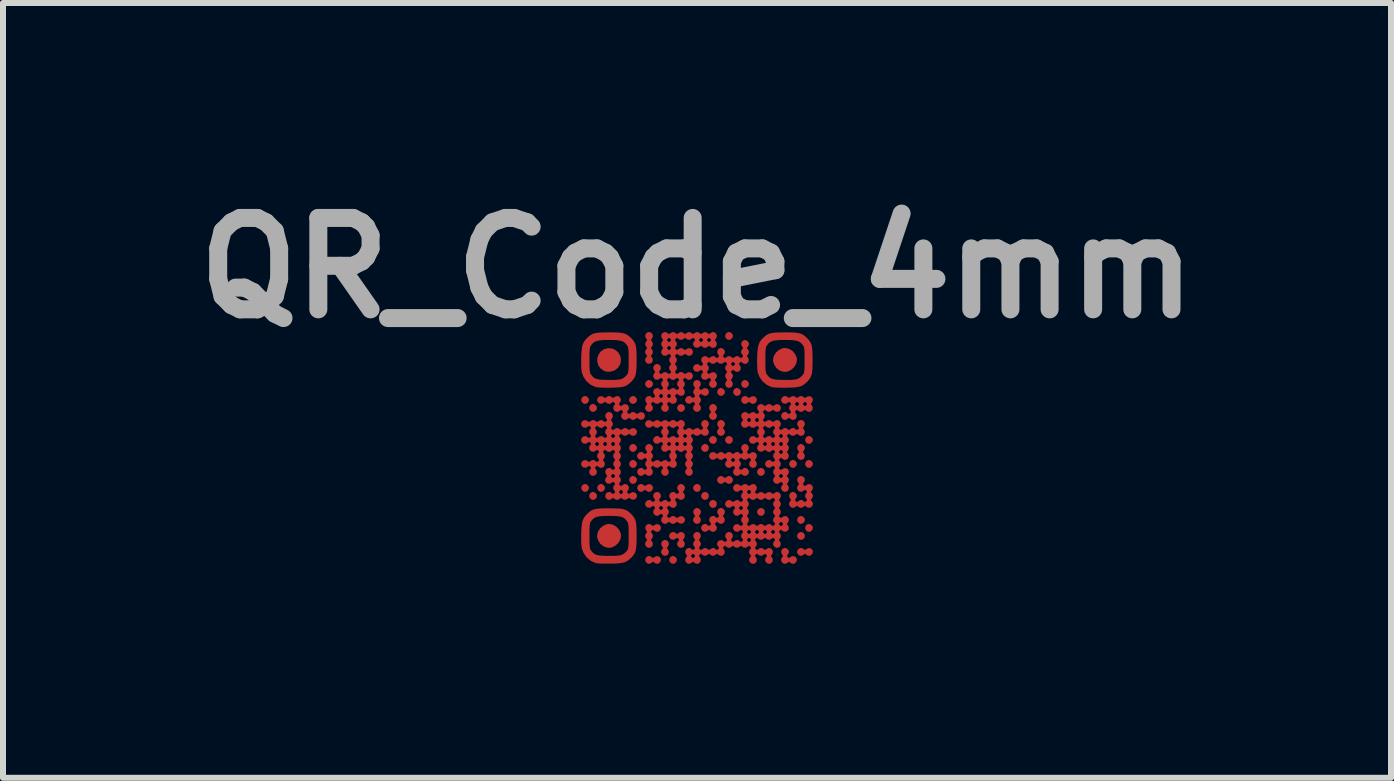
<source format=kicad_pcb>
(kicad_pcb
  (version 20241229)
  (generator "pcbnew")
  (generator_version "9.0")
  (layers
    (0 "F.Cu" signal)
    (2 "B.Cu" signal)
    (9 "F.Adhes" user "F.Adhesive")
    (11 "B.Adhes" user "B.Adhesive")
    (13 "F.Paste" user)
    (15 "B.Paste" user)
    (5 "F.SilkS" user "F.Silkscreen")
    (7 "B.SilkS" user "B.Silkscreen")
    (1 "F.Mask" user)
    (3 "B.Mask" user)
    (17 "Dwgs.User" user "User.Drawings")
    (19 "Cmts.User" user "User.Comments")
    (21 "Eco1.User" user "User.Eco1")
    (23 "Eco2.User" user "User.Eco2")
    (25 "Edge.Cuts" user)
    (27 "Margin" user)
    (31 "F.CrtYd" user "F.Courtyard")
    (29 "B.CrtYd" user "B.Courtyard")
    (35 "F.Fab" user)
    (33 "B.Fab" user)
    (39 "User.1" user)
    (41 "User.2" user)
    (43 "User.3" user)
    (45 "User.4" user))
  (footprint "QR_Code_4mm"
    (layer "F.Cu")
    (at 8.571 4.418)
    (property "Reference" "QR_Code_4mm" (at 0 -3 0) (layer "F.Fab") (effects (font (size 1.524 1.524) (thickness 0.3))))
    (attr board_only exclude_from_pos_files exclude_from_bom)
    (fp_poly (pts (xy -1.833 -0.855) (xy -1.808 -0.827) (xy -1.8 -0.8) (xy -1.812 -0.767) (xy -1.839 -0.741) (xy -1.867 -0.733) (xy -1.896 -0.742) (xy -1.912 -0.754) (xy -1.93 -0.787) (xy -1.927 -0.823) (xy -1.907 -0.852) (xy -1.873 -0.866) (xy -1.867 -0.867)) (stroke (width 0) (type solid)) (fill yes) (layer "F.Cu"))
    (fp_poly (pts (xy -1.833 0.612) (xy -1.808 0.639) (xy -1.8 0.667) (xy -1.812 0.7) (xy -1.839 0.726) (xy -1.867 0.733) (xy -1.896 0.724) (xy -1.912 0.712) (xy -1.93 0.679) (xy -1.927 0.644) (xy -1.907 0.615) (xy -1.873 0.6) (xy -1.867 0.6)) (stroke (width 0) (type solid)) (fill yes) (layer "F.Cu"))
    (fp_poly (pts (xy -1.7 -0.722) (xy -1.674 -0.694) (xy -1.667 -0.667) (xy -1.678 -0.633) (xy -1.706 -0.608) (xy -1.733 -0.6) (xy -1.763 -0.609) (xy -1.779 -0.621) (xy -1.797 -0.654) (xy -1.794 -0.69) (xy -1.774 -0.719) (xy -1.74 -0.733) (xy -1.733 -0.733)) (stroke (width 0) (type solid)) (fill yes) (layer "F.Cu"))
    (fp_poly (pts (xy -1.7 0.745) (xy -1.674 0.773) (xy -1.667 0.8) (xy -1.678 0.833) (xy -1.706 0.859) (xy -1.733 0.867) (xy -1.763 0.858) (xy -1.779 0.846) (xy -1.797 0.813) (xy -1.794 0.777) (xy -1.774 0.748) (xy -1.74 0.734) (xy -1.733 0.733)) (stroke (width 0) (type solid)) (fill yes) (layer "F.Cu"))
    (fp_poly (pts (xy -1.567 0.612) (xy -1.541 0.639) (xy -1.533 0.667) (xy -1.545 0.7) (xy -1.573 0.726) (xy -1.6 0.733) (xy -1.629 0.724) (xy -1.646 0.712) (xy -1.663 0.679) (xy -1.66 0.644) (xy -1.64 0.615) (xy -1.607 0.6) (xy -1.6 0.6)) (stroke (width 0) (type solid)) (fill yes) (layer "F.Cu"))
    (fp_poly (pts (xy -1.033 -0.055) (xy -1.008 -0.027) (xy -1 0) (xy -1.012 0.033) (xy -1.039 0.059) (xy -1.067 0.067) (xy -1.096 0.058) (xy -1.112 0.046) (xy -1.13 0.013) (xy -1.127 -0.023) (xy -1.107 -0.052) (xy -1.073 -0.066) (xy -1.067 -0.067)) (stroke (width 0) (type solid)) (fill yes) (layer "F.Cu"))
    (fp_poly (pts (xy -1.033 0.212) (xy -1.008 0.239) (xy -1 0.267) (xy -1.012 0.3) (xy -1.039 0.326) (xy -1.067 0.333) (xy -1.096 0.324) (xy -1.112 0.312) (xy -1.13 0.279) (xy -1.127 0.244) (xy -1.107 0.215) (xy -1.073 0.2) (xy -1.067 0.2)) (stroke (width 0) (type solid)) (fill yes) (layer "F.Cu"))
    (fp_poly (pts (xy -1.033 0.478) (xy -1.008 0.506) (xy -1 0.533) (xy -1.012 0.567) (xy -1.039 0.592) (xy -1.067 0.6) (xy -1.096 0.591) (xy -1.112 0.579) (xy -1.13 0.546) (xy -1.127 0.51) (xy -1.107 0.481) (xy -1.073 0.467) (xy -1.067 0.467)) (stroke (width 0) (type solid)) (fill yes) (layer "F.Cu"))
    (fp_poly (pts (xy -0.367 1.812) (xy -0.341 1.839) (xy -0.333 1.867) (xy -0.345 1.9) (xy -0.373 1.926) (xy -0.4 1.933) (xy -0.429 1.924) (xy -0.446 1.912) (xy -0.463 1.879) (xy -0.46 1.844) (xy -0.44 1.815) (xy -0.407 1.8) (xy -0.4 1.8)) (stroke (width 0) (type solid)) (fill yes) (layer "F.Cu"))
    (fp_poly (pts (xy 0.433 -0.988) (xy 0.459 -0.961) (xy 0.467 -0.933) (xy 0.455 -0.9) (xy 0.427 -0.874) (xy 0.4 -0.867) (xy 0.371 -0.876) (xy 0.354 -0.888) (xy 0.337 -0.921) (xy 0.34 -0.956) (xy 0.36 -0.985) (xy 0.393 -1) (xy 0.4 -1)) (stroke (width 0) (type solid)) (fill yes) (layer "F.Cu"))
    (fp_poly (pts (xy 0.567 -1.922) (xy 0.592 -1.894) (xy 0.6 -1.867) (xy 0.588 -1.833) (xy 0.561 -1.808) (xy 0.533 -1.8) (xy 0.504 -1.809) (xy 0.488 -1.821) (xy 0.47 -1.854) (xy 0.473 -1.89) (xy 0.493 -1.919) (xy 0.527 -1.933) (xy 0.533 -1.933)) (stroke (width 0) (type solid)) (fill yes) (layer "F.Cu"))
    (fp_poly (pts (xy 0.7 -0.988) (xy 0.726 -0.961) (xy 0.733 -0.933) (xy 0.722 -0.9) (xy 0.694 -0.874) (xy 0.667 -0.867) (xy 0.637 -0.876) (xy 0.621 -0.888) (xy 0.603 -0.921) (xy 0.606 -0.956) (xy 0.626 -0.985) (xy 0.66 -1) (xy 0.667 -1)) (stroke (width 0) (type solid)) (fill yes) (layer "F.Cu"))
    (fp_poly (pts (xy 0.833 -1.122) (xy 0.859 -1.094) (xy 0.867 -1.067) (xy 0.855 -1.033) (xy 0.827 -1.008) (xy 0.8 -1) (xy 0.771 -1.009) (xy 0.754 -1.021) (xy 0.737 -1.054) (xy 0.74 -1.09) (xy 0.76 -1.119) (xy 0.793 -1.133) (xy 0.8 -1.133)) (stroke (width 0) (type solid)) (fill yes) (layer "F.Cu"))
    (fp_poly (pts (xy 1.633 0.212) (xy 1.659 0.239) (xy 1.667 0.267) (xy 1.655 0.3) (xy 1.627 0.326) (xy 1.6 0.333) (xy 1.571 0.324) (xy 1.554 0.312) (xy 1.537 0.279) (xy 1.54 0.244) (xy 1.56 0.215) (xy 1.593 0.2) (xy 1.6 0.2)) (stroke (width 0) (type solid)) (fill yes) (layer "F.Cu"))
    (fp_poly (pts (xy 1.767 1.145) (xy 1.792 1.173) (xy 1.8 1.2) (xy 1.788 1.233) (xy 1.761 1.259) (xy 1.733 1.267) (xy 1.704 1.258) (xy 1.688 1.246) (xy 1.67 1.213) (xy 1.673 1.177) (xy 1.693 1.148) (xy 1.727 1.134) (xy 1.733 1.133)) (stroke (width 0) (type solid)) (fill yes) (layer "F.Cu"))
    (fp_poly (pts (xy 1.9 -0.188) (xy 1.926 -0.161) (xy 1.933 -0.133) (xy 1.922 -0.1) (xy 1.894 -0.074) (xy 1.867 -0.067) (xy 1.837 -0.076) (xy 1.821 -0.088) (xy 1.803 -0.121) (xy 1.806 -0.156) (xy 1.826 -0.185) (xy 1.86 -0.2) (xy 1.867 -0.2)) (stroke (width 0) (type solid)) (fill yes) (layer "F.Cu"))
    (fp_poly (pts (xy 1.9 0.212) (xy 1.926 0.239) (xy 1.933 0.267) (xy 1.922 0.3) (xy 1.894 0.326) (xy 1.867 0.333) (xy 1.837 0.324) (xy 1.821 0.312) (xy 1.803 0.279) (xy 1.806 0.244) (xy 1.826 0.215) (xy 1.86 0.2) (xy 1.867 0.2)) (stroke (width 0) (type solid)) (fill yes) (layer "F.Cu"))
    (fp_poly (pts (xy 1.9 1.278) (xy 1.926 1.306) (xy 1.933 1.333) (xy 1.922 1.367) (xy 1.894 1.392) (xy 1.867 1.4) (xy 1.837 1.391) (xy 1.821 1.379) (xy 1.803 1.346) (xy 1.806 1.31) (xy 1.826 1.281) (xy 1.86 1.267) (xy 1.867 1.267)) (stroke (width 0) (type solid)) (fill yes) (layer "F.Cu"))
    (fp_poly (pts (xy -0.244 -0.727) (xy -0.215 -0.707) (xy -0.2 -0.673) (xy -0.2 -0.667) (xy -0.212 -0.633) (xy -0.239 -0.608) (xy -0.267 -0.6) (xy -0.296 -0.609) (xy -0.312 -0.621) (xy -0.33 -0.649) (xy -0.333 -0.667) (xy -0.324 -0.696) (xy -0.312 -0.712) (xy -0.279 -0.73)) (stroke (width 0) (type solid)) (fill yes) (layer "F.Cu"))
    (fp_poly (pts (xy 0.036 0.611) (xy 0.058 0.638) (xy 0.064 0.673) (xy 0.05 0.707) (xy 0.046 0.712) (xy 0.018 0.73) (xy 0 0.733) (xy -0.029 0.724) (xy -0.046 0.712) (xy -0.063 0.685) (xy -0.067 0.667) (xy -0.058 0.637) (xy -0.046 0.621) (xy -0.018 0.604) (xy 0 0.6)) (stroke (width 0) (type solid)) (fill yes) (layer "F.Cu"))
    (fp_poly (pts (xy 0.169 -0.056) (xy 0.192 -0.028) (xy 0.198 0.007) (xy 0.184 0.041) (xy 0.179 0.046) (xy 0.151 0.063) (xy 0.133 0.067) (xy 0.104 0.058) (xy 0.088 0.046) (xy 0.07 0.018) (xy 0.067 0) (xy 0.076 -0.029) (xy 0.088 -0.046) (xy 0.115 -0.063) (xy 0.133 -0.067)) (stroke (width 0) (type solid)) (fill yes) (layer "F.Cu"))
    (fp_poly (pts (xy 0.169 0.744) (xy 0.192 0.772) (xy 0.198 0.807) (xy 0.184 0.841) (xy 0.179 0.846) (xy 0.151 0.863) (xy 0.133 0.867) (xy 0.104 0.858) (xy 0.088 0.846) (xy 0.07 0.818) (xy 0.067 0.8) (xy 0.076 0.771) (xy 0.088 0.754) (xy 0.115 0.737) (xy 0.133 0.733)) (stroke (width 0) (type solid)) (fill yes) (layer "F.Cu"))
    (fp_poly (pts (xy 0.302 -0.189) (xy 0.325 -0.162) (xy 0.331 -0.127) (xy 0.317 -0.093) (xy 0.312 -0.088) (xy 0.285 -0.07) (xy 0.267 -0.067) (xy 0.237 -0.076) (xy 0.221 -0.088) (xy 0.204 -0.115) (xy 0.2 -0.133) (xy 0.209 -0.163) (xy 0.221 -0.179) (xy 0.249 -0.196) (xy 0.267 -0.2)) (stroke (width 0) (type solid)) (fill yes) (layer "F.Cu"))
    (fp_poly (pts (xy 0.302 0.878) (xy 0.325 0.905) (xy 0.331 0.94) (xy 0.317 0.974) (xy 0.312 0.979) (xy 0.285 0.996) (xy 0.267 1) (xy 0.237 0.991) (xy 0.221 0.979) (xy 0.204 0.951) (xy 0.2 0.933) (xy 0.209 0.904) (xy 0.221 0.888) (xy 0.249 0.87) (xy 0.267 0.867)) (stroke (width 0) (type solid)) (fill yes) (layer "F.Cu"))
    (fp_poly (pts (xy 0.569 -0.189) (xy 0.592 -0.162) (xy 0.598 -0.127) (xy 0.584 -0.093) (xy 0.579 -0.088) (xy 0.551 -0.07) (xy 0.533 -0.067) (xy 0.504 -0.076) (xy 0.488 -0.088) (xy 0.47 -0.115) (xy 0.467 -0.133) (xy 0.476 -0.163) (xy 0.488 -0.179) (xy 0.515 -0.196) (xy 0.533 -0.2)) (stroke (width 0) (type solid)) (fill yes) (layer "F.Cu"))
    (fp_poly (pts (xy 1.102 0.344) (xy 1.125 0.372) (xy 1.131 0.407) (xy 1.117 0.441) (xy 1.112 0.446) (xy 1.085 0.463) (xy 1.067 0.467) (xy 1.037 0.458) (xy 1.021 0.446) (xy 1.004 0.418) (xy 1 0.4) (xy 1.009 0.371) (xy 1.021 0.354) (xy 1.049 0.337) (xy 1.067 0.333)) (stroke (width 0) (type solid)) (fill yes) (layer "F.Cu"))
    (fp_poly (pts (xy 1.102 1.011) (xy 1.125 1.038) (xy 1.131 1.073) (xy 1.117 1.107) (xy 1.112 1.112) (xy 1.085 1.13) (xy 1.067 1.133) (xy 1.037 1.124) (xy 1.021 1.112) (xy 1.004 1.085) (xy 1 1.067) (xy 1.009 1.037) (xy 1.021 1.021) (xy 1.049 1.004) (xy 1.067 1)) (stroke (width 0) (type solid)) (fill yes) (layer "F.Cu"))
    (fp_poly (pts (xy 1.774 1.416) (xy 1.779 1.421) (xy 1.796 1.449) (xy 1.8 1.467) (xy 1.791 1.496) (xy 1.779 1.512) (xy 1.751 1.53) (xy 1.733 1.533) (xy 1.704 1.524) (xy 1.688 1.512) (xy 1.67 1.485) (xy 1.667 1.467) (xy 1.678 1.431) (xy 1.705 1.408) (xy 1.74 1.402)) (stroke (width 0) (type solid)) (fill yes) (layer "F.Cu"))
    (fp_poly (pts (xy -1.037 -0.858) (xy -1.021 -0.846) (xy -1.004 -0.818) (xy -1 -0.8) (xy -1.009 -0.771) (xy -1.021 -0.754) (xy -1.049 -0.737) (xy -1.067 -0.733) (xy -1.096 -0.742) (xy -1.112 -0.754) (xy -1.13 -0.782) (xy -1.133 -0.8) (xy -1.124 -0.829) (xy -1.112 -0.846) (xy -1.085 -0.863) (xy -1.067 -0.867)) (stroke (width 0) (type solid)) (fill yes) (layer "F.Cu"))
    (fp_poly (pts (xy -0.771 -1.124) (xy -0.754 -1.112) (xy -0.737 -1.085) (xy -0.733 -1.067) (xy -0.742 -1.037) (xy -0.754 -1.021) (xy -0.782 -1.004) (xy -0.8 -1) (xy -0.829 -1.009) (xy -0.846 -1.021) (xy -0.863 -1.049) (xy -0.867 -1.067) (xy -0.858 -1.096) (xy -0.846 -1.112) (xy -0.818 -1.13) (xy -0.8 -1.133)) (stroke (width 0) (type solid)) (fill yes) (layer "F.Cu"))
    (fp_poly (pts (xy -1.419 -1.659) (xy -1.359 -1.633) (xy -1.312 -1.591) (xy -1.281 -1.536) (xy -1.268 -1.473) (xy -1.277 -1.407) (xy -1.287 -1.382) (xy -1.326 -1.327) (xy -1.381 -1.289) (xy -1.445 -1.27) (xy -1.512 -1.272) (xy -1.557 -1.288) (xy -1.612 -1.329) (xy -1.648 -1.381) (xy -1.663 -1.44) (xy -1.661 -1.501) (xy -1.641 -1.559) (xy -1.605 -1.608) (xy -1.553 -1.645) (xy -1.487 -1.663)) (stroke (width 0) (type solid)) (fill yes) (layer "F.Cu"))
    (fp_poly (pts (xy -1.403 1.279) (xy -1.346 1.313) (xy -1.301 1.362) (xy -1.273 1.422) (xy -1.267 1.468) (xy -1.279 1.528) (xy -1.312 1.583) (xy -1.36 1.628) (xy -1.417 1.658) (xy -1.468 1.666) (xy -1.51 1.659) (xy -1.555 1.643) (xy -1.563 1.639) (xy -1.61 1.601) (xy -1.646 1.547) (xy -1.665 1.487) (xy -1.667 1.467) (xy -1.654 1.403) (xy -1.621 1.346) (xy -1.571 1.301) (xy -1.512 1.273) (xy -1.467 1.267)) (stroke (width 0) (type solid)) (fill yes) (layer "F.Cu"))
    (fp_poly (pts (xy 1.53 -1.654) (xy 1.587 -1.621) (xy 1.632 -1.571) (xy 1.66 -1.511) (xy 1.667 -1.466) (xy 1.654 -1.406) (xy 1.621 -1.35) (xy 1.573 -1.305) (xy 1.516 -1.275) (xy 1.465 -1.267) (xy 1.423 -1.274) (xy 1.378 -1.29) (xy 1.37 -1.294) (xy 1.323 -1.332) (xy 1.287 -1.386) (xy 1.268 -1.446) (xy 1.267 -1.467) (xy 1.279 -1.53) (xy 1.313 -1.587) (xy 1.362 -1.632) (xy 1.421 -1.66) (xy 1.467 -1.667)) (stroke (width 0) (type solid)) (fill yes) (layer "F.Cu"))
    (fp_poly (pts (xy -0.904 0.609) (xy -0.888 0.621) (xy -0.869 0.635) (xy -0.853 0.628) (xy -0.846 0.621) (xy -0.813 0.603) (xy -0.777 0.606) (xy -0.748 0.626) (xy -0.734 0.66) (xy -0.733 0.667) (xy -0.745 0.7) (xy -0.773 0.726) (xy -0.8 0.733) (xy -0.829 0.724) (xy -0.846 0.712) (xy -0.864 0.698) (xy -0.88 0.705) (xy -0.888 0.712) (xy -0.915 0.73) (xy -0.933 0.733) (xy -0.963 0.724) (xy -0.979 0.712) (xy -0.997 0.679) (xy -0.994 0.644) (xy -0.974 0.615) (xy -0.94 0.6) (xy -0.933 0.6)) (stroke (width 0) (type solid)) (fill yes) (layer "F.Cu"))
    (fp_poly (pts (xy -0.771 1.809) (xy -0.754 1.821) (xy -0.736 1.835) (xy -0.72 1.828) (xy -0.712 1.821) (xy -0.679 1.803) (xy -0.644 1.806) (xy -0.615 1.826) (xy -0.6 1.86) (xy -0.6 1.867) (xy -0.612 1.9) (xy -0.639 1.926) (xy -0.667 1.933) (xy -0.696 1.924) (xy -0.712 1.912) (xy -0.731 1.898) (xy -0.747 1.905) (xy -0.754 1.912) (xy -0.782 1.93) (xy -0.8 1.933) (xy -0.829 1.924) (xy -0.846 1.912) (xy -0.863 1.879) (xy -0.86 1.844) (xy -0.84 1.815) (xy -0.807 1.8) (xy -0.8 1.8)) (stroke (width 0) (type solid)) (fill yes) (layer "F.Cu"))
    (fp_poly (pts (xy -0.498 1.544) (xy -0.475 1.572) (xy -0.469 1.607) (xy -0.483 1.641) (xy -0.488 1.646) (xy -0.502 1.664) (xy -0.495 1.68) (xy -0.488 1.688) (xy -0.47 1.721) (xy -0.473 1.756) (xy -0.493 1.785) (xy -0.527 1.8) (xy -0.533 1.8) (xy -0.563 1.791) (xy -0.579 1.779) (xy -0.596 1.751) (xy -0.6 1.733) (xy -0.591 1.704) (xy -0.579 1.688) (xy -0.565 1.669) (xy -0.572 1.653) (xy -0.579 1.646) (xy -0.597 1.613) (xy -0.594 1.577) (xy -0.574 1.548) (xy -0.54 1.534) (xy -0.533 1.533)) (stroke (width 0) (type solid)) (fill yes) (layer "F.Cu"))
    (fp_poly (pts (xy 0.033 1.012) (xy 0.059 1.039) (xy 0.067 1.067) (xy 0.058 1.096) (xy 0.046 1.112) (xy 0.032 1.131) (xy 0.039 1.147) (xy 0.046 1.154) (xy 0.065 1.19) (xy 0.059 1.227) (xy 0.046 1.246) (xy 0.018 1.263) (xy 0 1.267) (xy -0.029 1.258) (xy -0.046 1.246) (xy -0.063 1.218) (xy -0.067 1.2) (xy -0.058 1.171) (xy -0.046 1.154) (xy -0.032 1.136) (xy -0.039 1.12) (xy -0.046 1.112) (xy -0.063 1.079) (xy -0.06 1.044) (xy -0.04 1.015) (xy -0.007 1) (xy 0 1)) (stroke (width 0) (type solid)) (fill yes) (layer "F.Cu"))
    (fp_poly (pts (xy 0.829 -0.858) (xy 0.846 -0.846) (xy 0.864 -0.832) (xy 0.88 -0.839) (xy 0.888 -0.846) (xy 0.921 -0.863) (xy 0.956 -0.86) (xy 0.985 -0.84) (xy 1 -0.807) (xy 1 -0.8) (xy 0.988 -0.767) (xy 0.961 -0.741) (xy 0.933 -0.733) (xy 0.904 -0.742) (xy 0.888 -0.754) (xy 0.869 -0.768) (xy 0.853 -0.761) (xy 0.846 -0.754) (xy 0.818 -0.737) (xy 0.8 -0.733) (xy 0.771 -0.742) (xy 0.754 -0.754) (xy 0.737 -0.787) (xy 0.74 -0.823) (xy 0.76 -0.852) (xy 0.793 -0.866) (xy 0.8 -0.867)) (stroke (width 0) (type solid)) (fill yes) (layer "F.Cu"))
    (fp_poly (pts (xy 1.767 -0.055) (xy 1.792 -0.027) (xy 1.8 0) (xy 1.791 0.029) (xy 1.779 0.046) (xy 1.765 0.064) (xy 1.772 0.08) (xy 1.779 0.088) (xy 1.797 0.121) (xy 1.794 0.156) (xy 1.774 0.185) (xy 1.74 0.2) (xy 1.733 0.2) (xy 1.704 0.191) (xy 1.688 0.179) (xy 1.67 0.151) (xy 1.667 0.133) (xy 1.676 0.104) (xy 1.688 0.088) (xy 1.702 0.069) (xy 1.695 0.053) (xy 1.688 0.046) (xy 1.67 0.013) (xy 1.673 -0.023) (xy 1.693 -0.052) (xy 1.727 -0.066) (xy 1.733 -0.067)) (stroke (width 0) (type solid)) (fill yes) (layer "F.Cu"))
    (fp_poly (pts (xy 0.3 -0.722) (xy 0.326 -0.694) (xy 0.333 -0.667) (xy 0.324 -0.637) (xy 0.312 -0.621) (xy 0.298 -0.603) (xy 0.305 -0.587) (xy 0.312 -0.579) (xy 0.33 -0.551) (xy 0.333 -0.533) (xy 0.324 -0.504) (xy 0.312 -0.488) (xy 0.285 -0.47) (xy 0.267 -0.467) (xy 0.237 -0.476) (xy 0.221 -0.488) (xy 0.204 -0.515) (xy 0.2 -0.533) (xy 0.209 -0.563) (xy 0.221 -0.579) (xy 0.235 -0.597) (xy 0.228 -0.613) (xy 0.221 -0.621) (xy 0.203 -0.654) (xy 0.206 -0.69) (xy 0.226 -0.719) (xy 0.26 -0.733) (xy 0.267 -0.733)) (stroke (width 0) (type solid)) (fill yes) (layer "F.Cu"))
    (fp_poly (pts (xy 0.433 -0.455) (xy 0.459 -0.427) (xy 0.467 -0.4) (xy 0.458 -0.371) (xy 0.446 -0.354) (xy 0.432 -0.336) (xy 0.439 -0.32) (xy 0.446 -0.312) (xy 0.463 -0.285) (xy 0.467 -0.267) (xy 0.458 -0.237) (xy 0.446 -0.221) (xy 0.418 -0.204) (xy 0.4 -0.2) (xy 0.371 -0.209) (xy 0.354 -0.221) (xy 0.337 -0.249) (xy 0.333 -0.267) (xy 0.342 -0.296) (xy 0.354 -0.312) (xy 0.368 -0.331) (xy 0.361 -0.347) (xy 0.354 -0.354) (xy 0.337 -0.387) (xy 0.34 -0.423) (xy 0.36 -0.452) (xy 0.393 -0.466) (xy 0.4 -0.467)) (stroke (width 0) (type solid)) (fill yes) (layer "F.Cu"))
    (fp_poly (pts (xy 1.763 1.676) (xy 1.779 1.688) (xy 1.797 1.702) (xy 1.813 1.695) (xy 1.821 1.688) (xy 1.854 1.67) (xy 1.89 1.673) (xy 1.919 1.693) (xy 1.933 1.727) (xy 1.933 1.733) (xy 1.922 1.767) (xy 1.894 1.792) (xy 1.867 1.8) (xy 1.837 1.791) (xy 1.821 1.779) (xy 1.803 1.765) (xy 1.787 1.772) (xy 1.779 1.779) (xy 1.751 1.796) (xy 1.733 1.8) (xy 1.704 1.791) (xy 1.688 1.779) (xy 1.67 1.751) (xy 1.667 1.733) (xy 1.676 1.704) (xy 1.688 1.688) (xy 1.715 1.67) (xy 1.733 1.667)) (stroke (width 0) (type solid)) (fill yes) (layer "F.Cu"))
    (fp_poly (pts (xy 0.563 0.476) (xy 0.579 0.488) (xy 0.596 0.515) (xy 0.6 0.533) (xy 0.591 0.563) (xy 0.579 0.579) (xy 0.551 0.596) (xy 0.533 0.6) (xy 0.504 0.591) (xy 0.488 0.579) (xy 0.469 0.565) (xy 0.453 0.572) (xy 0.446 0.579) (xy 0.418 0.596) (xy 0.4 0.6) (xy 0.371 0.591) (xy 0.354 0.579) (xy 0.337 0.551) (xy 0.333 0.533) (xy 0.342 0.504) (xy 0.354 0.488) (xy 0.382 0.47) (xy 0.4 0.467) (xy 0.429 0.476) (xy 0.446 0.488) (xy 0.464 0.502) (xy 0.48 0.495) (xy 0.488 0.488) (xy 0.515 0.47) (xy 0.533 0.467)) (stroke (width 0) (type solid)) (fill yes) (layer "F.Cu"))
    (fp_poly (pts (xy -0.231 1.411) (xy -0.208 1.438) (xy -0.202 1.473) (xy -0.216 1.507) (xy -0.221 1.512) (xy -0.235 1.531) (xy -0.228 1.547) (xy -0.221 1.554) (xy -0.203 1.587) (xy -0.206 1.623) (xy -0.226 1.652) (xy -0.26 1.666) (xy -0.267 1.667) (xy -0.296 1.658) (xy -0.312 1.646) (xy -0.33 1.618) (xy -0.333 1.6) (xy -0.324 1.571) (xy -0.312 1.554) (xy -0.298 1.536) (xy -0.305 1.52) (xy -0.312 1.512) (xy -0.331 1.498) (xy -0.347 1.505) (xy -0.354 1.512) (xy -0.387 1.53) (xy -0.423 1.527) (xy -0.452 1.507) (xy -0.466 1.473) (xy -0.467 1.467) (xy -0.455 1.433) (xy -0.427 1.408) (xy -0.4 1.4) (xy -0.371 1.409) (xy -0.354 1.421) (xy -0.336 1.435) (xy -0.32 1.428) (xy -0.312 1.421) (xy -0.285 1.404) (xy -0.267 1.4)) (stroke (width 0) (type solid)) (fill yes) (layer "F.Cu"))
    (fp_poly (pts (xy 1.5 1.678) (xy 1.526 1.706) (xy 1.533 1.733) (xy 1.524 1.763) (xy 1.512 1.779) (xy 1.498 1.797) (xy 1.505 1.813) (xy 1.512 1.821) (xy 1.531 1.835) (xy 1.547 1.828) (xy 1.554 1.821) (xy 1.587 1.803) (xy 1.623 1.806) (xy 1.652 1.826) (xy 1.666 1.86) (xy 1.667 1.867) (xy 1.655 1.9) (xy 1.627 1.926) (xy 1.6 1.933) (xy 1.571 1.924) (xy 1.554 1.912) (xy 1.536 1.898) (xy 1.52 1.905) (xy 1.512 1.912) (xy 1.485 1.93) (xy 1.467 1.933) (xy 1.437 1.924) (xy 1.421 1.912) (xy 1.404 1.885) (xy 1.4 1.867) (xy 1.409 1.837) (xy 1.421 1.821) (xy 1.435 1.803) (xy 1.428 1.787) (xy 1.421 1.779) (xy 1.403 1.746) (xy 1.406 1.71) (xy 1.426 1.681) (xy 1.46 1.667) (xy 1.467 1.667)) (stroke (width 0) (type solid)) (fill yes) (layer "F.Cu"))
    (fp_poly (pts (xy -0.764 -1.922) (xy -0.742 -1.895) (xy -0.736 -1.86) (xy -0.75 -1.826) (xy -0.754 -1.821) (xy -0.768 -1.803) (xy -0.761 -1.787) (xy -0.754 -1.779) (xy -0.735 -1.744) (xy -0.741 -1.706) (xy -0.754 -1.688) (xy -0.768 -1.669) (xy -0.761 -1.653) (xy -0.754 -1.646) (xy -0.735 -1.61) (xy -0.741 -1.573) (xy -0.754 -1.554) (xy -0.768 -1.536) (xy -0.761 -1.52) (xy -0.754 -1.512) (xy -0.735 -1.477) (xy -0.741 -1.44) (xy -0.754 -1.421) (xy -0.79 -1.402) (xy -0.827 -1.407) (xy -0.846 -1.421) (xy -0.863 -1.449) (xy -0.867 -1.467) (xy -0.858 -1.496) (xy -0.846 -1.512) (xy -0.832 -1.531) (xy -0.839 -1.547) (xy -0.846 -1.554) (xy -0.863 -1.582) (xy -0.867 -1.6) (xy -0.858 -1.629) (xy -0.846 -1.646) (xy -0.832 -1.664) (xy -0.839 -1.68) (xy -0.846 -1.688) (xy -0.865 -1.723) (xy -0.859 -1.76) (xy -0.846 -1.779) (xy -0.832 -1.797) (xy -0.839 -1.813) (xy -0.846 -1.821) (xy -0.863 -1.854) (xy -0.86 -1.89) (xy -0.84 -1.919) (xy -0.807 -1.933) (xy -0.8 -1.933)) (stroke (width 0) (type solid)) (fill yes) (layer "F.Cu"))
    (fp_poly (pts (xy -0.771 1.276) (xy -0.754 1.288) (xy -0.736 1.302) (xy -0.72 1.295) (xy -0.712 1.288) (xy -0.679 1.27) (xy -0.644 1.273) (xy -0.615 1.293) (xy -0.6 1.327) (xy -0.6 1.333) (xy -0.611 1.369) (xy -0.638 1.392) (xy -0.673 1.398) (xy -0.707 1.384) (xy -0.712 1.379) (xy -0.731 1.365) (xy -0.747 1.372) (xy -0.754 1.379) (xy -0.768 1.397) (xy -0.761 1.413) (xy -0.754 1.421) (xy -0.735 1.456) (xy -0.741 1.494) (xy -0.754 1.512) (xy -0.768 1.531) (xy -0.761 1.547) (xy -0.754 1.554) (xy -0.737 1.587) (xy -0.74 1.623) (xy -0.76 1.652) (xy -0.793 1.666) (xy -0.8 1.667) (xy -0.829 1.658) (xy -0.846 1.646) (xy -0.863 1.618) (xy -0.867 1.6) (xy -0.858 1.571) (xy -0.846 1.554) (xy -0.832 1.536) (xy -0.839 1.52) (xy -0.846 1.512) (xy -0.863 1.485) (xy -0.867 1.467) (xy -0.858 1.437) (xy -0.846 1.421) (xy -0.832 1.403) (xy -0.839 1.387) (xy -0.846 1.379) (xy -0.863 1.346) (xy -0.86 1.31) (xy -0.84 1.281) (xy -0.807 1.267) (xy -0.8 1.267)) (stroke (width 0) (type solid)) (fill yes) (layer "F.Cu"))
    (fp_poly (pts (xy 0.433 1.012) (xy 0.459 1.039) (xy 0.467 1.067) (xy 0.458 1.096) (xy 0.446 1.112) (xy 0.432 1.131) (xy 0.439 1.147) (xy 0.446 1.154) (xy 0.463 1.187) (xy 0.46 1.223) (xy 0.44 1.252) (xy 0.407 1.266) (xy 0.4 1.267) (xy 0.371 1.258) (xy 0.354 1.246) (xy 0.336 1.232) (xy 0.32 1.239) (xy 0.312 1.246) (xy 0.298 1.264) (xy 0.305 1.28) (xy 0.312 1.288) (xy 0.332 1.323) (xy 0.326 1.36) (xy 0.312 1.379) (xy 0.285 1.396) (xy 0.267 1.4) (xy 0.237 1.391) (xy 0.221 1.379) (xy 0.203 1.365) (xy 0.187 1.372) (xy 0.179 1.379) (xy 0.151 1.396) (xy 0.133 1.4) (xy 0.104 1.391) (xy 0.088 1.379) (xy 0.07 1.351) (xy 0.067 1.333) (xy 0.076 1.304) (xy 0.088 1.288) (xy 0.115 1.27) (xy 0.133 1.267) (xy 0.163 1.276) (xy 0.179 1.288) (xy 0.197 1.302) (xy 0.213 1.295) (xy 0.221 1.288) (xy 0.235 1.269) (xy 0.228 1.253) (xy 0.221 1.246) (xy 0.203 1.213) (xy 0.206 1.177) (xy 0.226 1.148) (xy 0.26 1.134) (xy 0.267 1.133) (xy 0.296 1.142) (xy 0.312 1.154) (xy 0.331 1.168) (xy 0.347 1.161) (xy 0.354 1.154) (xy 0.368 1.136) (xy 0.361 1.12) (xy 0.354 1.112) (xy 0.337 1.079) (xy 0.34 1.044) (xy 0.36 1.015) (xy 0.393 1) (xy 0.4 1)) (stroke (width 0) (type solid)) (fill yes) (layer "F.Cu"))
    (fp_poly (pts (xy 0.036 -1.122) (xy 0.058 -1.095) (xy 0.064 -1.06) (xy 0.05 -1.026) (xy 0.046 -1.021) (xy 0.032 -1.003) (xy 0.039 -0.987) (xy 0.046 -0.979) (xy 0.064 -0.965) (xy 0.08 -0.972) (xy 0.088 -0.979) (xy 0.121 -0.997) (xy 0.156 -0.994) (xy 0.185 -0.974) (xy 0.2 -0.94) (xy 0.2 -0.933) (xy 0.189 -0.898) (xy 0.162 -0.875) (xy 0.127 -0.869) (xy 0.093 -0.883) (xy 0.088 -0.888) (xy 0.069 -0.902) (xy 0.053 -0.895) (xy 0.046 -0.888) (xy 0.032 -0.869) (xy 0.039 -0.853) (xy 0.046 -0.846) (xy 0.063 -0.818) (xy 0.067 -0.8) (xy 0.058 -0.771) (xy 0.046 -0.754) (xy 0.032 -0.736) (xy 0.039 -0.72) (xy 0.046 -0.712) (xy 0.063 -0.685) (xy 0.067 -0.667) (xy 0.058 -0.637) (xy 0.046 -0.621) (xy 0.018 -0.604) (xy 0 -0.6) (xy -0.029 -0.609) (xy -0.046 -0.621) (xy -0.063 -0.649) (xy -0.067 -0.667) (xy -0.058 -0.696) (xy -0.046 -0.712) (xy -0.032 -0.731) (xy -0.039 -0.747) (xy -0.046 -0.754) (xy -0.064 -0.768) (xy -0.08 -0.761) (xy -0.088 -0.754) (xy -0.121 -0.737) (xy -0.156 -0.74) (xy -0.185 -0.76) (xy -0.2 -0.793) (xy -0.2 -0.8) (xy -0.188 -0.833) (xy -0.161 -0.859) (xy -0.133 -0.867) (xy -0.104 -0.858) (xy -0.088 -0.846) (xy -0.069 -0.832) (xy -0.053 -0.839) (xy -0.046 -0.846) (xy -0.032 -0.864) (xy -0.039 -0.88) (xy -0.046 -0.888) (xy -0.065 -0.923) (xy -0.059 -0.96) (xy -0.046 -0.979) (xy -0.032 -0.997) (xy -0.039 -1.013) (xy -0.046 -1.021) (xy -0.063 -1.054) (xy -0.06 -1.09) (xy -0.04 -1.119) (xy -0.007 -1.133) (xy 0 -1.133)) (stroke (width 0) (type solid)) (fill yes) (layer "F.Cu"))
    (fp_poly (pts (xy -1.437 -0.858) (xy -1.421 -0.846) (xy -1.403 -0.832) (xy -1.387 -0.839) (xy -1.379 -0.846) (xy -1.344 -0.865) (xy -1.306 -0.859) (xy -1.288 -0.846) (xy -1.268 -0.81) (xy -1.274 -0.773) (xy -1.288 -0.754) (xy -1.302 -0.736) (xy -1.295 -0.72) (xy -1.288 -0.712) (xy -1.269 -0.698) (xy -1.253 -0.705) (xy -1.246 -0.712) (xy -1.213 -0.73) (xy -1.177 -0.727) (xy -1.148 -0.707) (xy -1.134 -0.673) (xy -1.133 -0.667) (xy -1.142 -0.637) (xy -1.154 -0.621) (xy -1.168 -0.603) (xy -1.161 -0.587) (xy -1.154 -0.579) (xy -1.136 -0.565) (xy -1.12 -0.572) (xy -1.112 -0.579) (xy -1.085 -0.596) (xy -1.067 -0.6) (xy -1.037 -0.591) (xy -1.021 -0.579) (xy -1.003 -0.565) (xy -0.987 -0.572) (xy -0.979 -0.579) (xy -0.946 -0.597) (xy -0.91 -0.594) (xy -0.881 -0.574) (xy -0.867 -0.54) (xy -0.867 -0.533) (xy -0.878 -0.498) (xy -0.905 -0.475) (xy -0.94 -0.469) (xy -0.974 -0.483) (xy -0.979 -0.488) (xy -0.997 -0.502) (xy -1.013 -0.495) (xy -1.021 -0.488) (xy -1.049 -0.47) (xy -1.067 -0.467) (xy -1.096 -0.476) (xy -1.112 -0.488) (xy -1.131 -0.502) (xy -1.147 -0.495) (xy -1.154 -0.488) (xy -1.182 -0.47) (xy -1.2 -0.467) (xy -1.229 -0.476) (xy -1.246 -0.488) (xy -1.263 -0.515) (xy -1.267 -0.533) (xy -1.258 -0.563) (xy -1.246 -0.579) (xy -1.232 -0.597) (xy -1.239 -0.613) (xy -1.246 -0.621) (xy -1.264 -0.635) (xy -1.28 -0.628) (xy -1.288 -0.621) (xy -1.315 -0.604) (xy -1.333 -0.6) (xy -1.369 -0.611) (xy -1.392 -0.638) (xy -1.398 -0.673) (xy -1.384 -0.707) (xy -1.379 -0.712) (xy -1.365 -0.731) (xy -1.372 -0.747) (xy -1.379 -0.754) (xy -1.397 -0.768) (xy -1.413 -0.761) (xy -1.421 -0.754) (xy -1.449 -0.737) (xy -1.467 -0.733) (xy -1.496 -0.742) (xy -1.512 -0.754) (xy -1.531 -0.768) (xy -1.547 -0.761) (xy -1.554 -0.754) (xy -1.587 -0.737) (xy -1.623 -0.74) (xy -1.652 -0.76) (xy -1.666 -0.793) (xy -1.667 -0.8) (xy -1.656 -0.836) (xy -1.628 -0.858) (xy -1.593 -0.864) (xy -1.559 -0.85) (xy -1.554 -0.846) (xy -1.536 -0.832) (xy -1.52 -0.839) (xy -1.512 -0.846) (xy -1.485 -0.863) (xy -1.467 -0.867)) (stroke (width 0) (type solid)) (fill yes) (layer "F.Cu"))
    (fp_poly (pts (xy 1.769 0.478) (xy 1.792 0.505) (xy 1.798 0.54) (xy 1.784 0.574) (xy 1.779 0.579) (xy 1.765 0.597) (xy 1.772 0.613) (xy 1.779 0.621) (xy 1.797 0.635) (xy 1.813 0.628) (xy 1.821 0.621) (xy 1.854 0.603) (xy 1.89 0.606) (xy 1.919 0.626) (xy 1.933 0.66) (xy 1.933 0.667) (xy 1.924 0.696) (xy 1.912 0.712) (xy 1.898 0.731) (xy 1.905 0.747) (xy 1.912 0.754) (xy 1.93 0.782) (xy 1.933 0.8) (xy 1.924 0.829) (xy 1.912 0.846) (xy 1.898 0.864) (xy 1.905 0.88) (xy 1.912 0.888) (xy 1.93 0.915) (xy 1.933 0.933) (xy 1.922 0.969) (xy 1.895 0.992) (xy 1.86 0.998) (xy 1.826 0.984) (xy 1.821 0.979) (xy 1.803 0.965) (xy 1.787 0.972) (xy 1.779 0.979) (xy 1.751 0.996) (xy 1.733 1) (xy 1.704 0.991) (xy 1.688 0.979) (xy 1.669 0.965) (xy 1.653 0.972) (xy 1.646 0.979) (xy 1.618 0.996) (xy 1.6 1) (xy 1.571 0.991) (xy 1.554 0.979) (xy 1.537 0.951) (xy 1.533 0.933) (xy 1.542 0.904) (xy 1.554 0.888) (xy 1.568 0.869) (xy 1.561 0.853) (xy 1.554 0.846) (xy 1.537 0.813) (xy 1.54 0.777) (xy 1.56 0.748) (xy 1.593 0.734) (xy 1.6 0.733) (xy 1.633 0.745) (xy 1.659 0.773) (xy 1.667 0.8) (xy 1.658 0.829) (xy 1.646 0.846) (xy 1.632 0.864) (xy 1.639 0.88) (xy 1.646 0.888) (xy 1.664 0.902) (xy 1.68 0.895) (xy 1.688 0.888) (xy 1.715 0.87) (xy 1.733 0.867) (xy 1.763 0.876) (xy 1.779 0.888) (xy 1.797 0.902) (xy 1.813 0.895) (xy 1.821 0.888) (xy 1.835 0.869) (xy 1.828 0.853) (xy 1.821 0.846) (xy 1.804 0.818) (xy 1.8 0.8) (xy 1.809 0.771) (xy 1.821 0.754) (xy 1.835 0.736) (xy 1.828 0.72) (xy 1.821 0.712) (xy 1.803 0.698) (xy 1.787 0.705) (xy 1.779 0.712) (xy 1.746 0.73) (xy 1.71 0.727) (xy 1.681 0.707) (xy 1.667 0.673) (xy 1.667 0.667) (xy 1.676 0.637) (xy 1.688 0.621) (xy 1.702 0.603) (xy 1.695 0.587) (xy 1.688 0.579) (xy 1.67 0.546) (xy 1.673 0.51) (xy 1.693 0.481) (xy 1.727 0.467) (xy 1.733 0.467)) (stroke (width 0) (type solid)) (fill yes) (layer "F.Cu"))
    (fp_poly (pts (xy -1.372 -1.926) (xy -1.299 -1.923) (xy -1.242 -1.915) (xy -1.199 -1.903) (xy -1.162 -1.885) (xy -1.129 -1.86) (xy -1.1 -1.833) (xy -1.068 -1.798) (xy -1.044 -1.764) (xy -1.027 -1.727) (xy -1.016 -1.681) (xy -1.01 -1.622) (xy -1.007 -1.545) (xy -1.007 -1.467) (xy -1.008 -1.372) (xy -1.011 -1.299) (xy -1.018 -1.242) (xy -1.03 -1.199) (xy -1.048 -1.162) (xy -1.073 -1.129) (xy -1.1 -1.1) (xy -1.137 -1.067) (xy -1.173 -1.042) (xy -1.213 -1.025) (xy -1.264 -1.014) (xy -1.329 -1.008) (xy -1.414 -1.005) (xy -1.447 -1.004) (xy -1.521 -1.004) (xy -1.589 -1.006) (xy -1.645 -1.009) (xy -1.683 -1.013) (xy -1.691 -1.015) (xy -1.774 -1.053) (xy -1.843 -1.112) (xy -1.894 -1.187) (xy -1.921 -1.258) (xy -1.927 -1.299) (xy -1.931 -1.36) (xy -1.932 -1.437) (xy -1.932 -1.467) (xy -1.793 -1.467) (xy -1.793 -1.387) (xy -1.792 -1.33) (xy -1.789 -1.289) (xy -1.785 -1.261) (xy -1.778 -1.241) (xy -1.767 -1.223) (xy -1.764 -1.219) (xy -1.738 -1.187) (xy -1.708 -1.164) (xy -1.67 -1.149) (xy -1.618 -1.139) (xy -1.55 -1.135) (xy -1.469 -1.134) (xy -1.388 -1.134) (xy -1.328 -1.137) (xy -1.286 -1.142) (xy -1.255 -1.151) (xy -1.245 -1.155) (xy -1.205 -1.182) (xy -1.171 -1.216) (xy -1.17 -1.218) (xy -1.158 -1.236) (xy -1.15 -1.255) (xy -1.145 -1.281) (xy -1.142 -1.317) (xy -1.14 -1.369) (xy -1.14 -1.442) (xy -1.14 -1.467) (xy -1.14 -1.546) (xy -1.141 -1.604) (xy -1.144 -1.644) (xy -1.149 -1.672) (xy -1.156 -1.692) (xy -1.166 -1.71) (xy -1.17 -1.715) (xy -1.197 -1.747) (xy -1.227 -1.77) (xy -1.267 -1.785) (xy -1.321 -1.795) (xy -1.392 -1.799) (xy -1.467 -1.8) (xy -1.556 -1.799) (xy -1.624 -1.793) (xy -1.674 -1.783) (xy -1.712 -1.766) (xy -1.742 -1.742) (xy -1.764 -1.715) (xy -1.775 -1.697) (xy -1.783 -1.678) (xy -1.788 -1.653) (xy -1.791 -1.616) (xy -1.793 -1.564) (xy -1.793 -1.491) (xy -1.793 -1.467) (xy -1.932 -1.467) (xy -1.931 -1.502) (xy -1.927 -1.593) (xy -1.92 -1.663) (xy -1.909 -1.716) (xy -1.891 -1.76) (xy -1.865 -1.798) (xy -1.833 -1.833) (xy -1.798 -1.865) (xy -1.764 -1.889) (xy -1.727 -1.906) (xy -1.681 -1.917) (xy -1.622 -1.923) (xy -1.545 -1.926) (xy -1.467 -1.927)) (stroke (width 0) (type solid)) (fill yes) (layer "F.Cu"))
    (fp_poly (pts (xy -1.372 1.008) (xy -1.299 1.011) (xy -1.242 1.018) (xy -1.199 1.03) (xy -1.162 1.048) (xy -1.129 1.073) (xy -1.1 1.1) (xy -1.068 1.135) (xy -1.044 1.169) (xy -1.027 1.206) (xy -1.016 1.252) (xy -1.01 1.311) (xy -1.007 1.388) (xy -1.007 1.467) (xy -1.008 1.562) (xy -1.011 1.635) (xy -1.018 1.691) (xy -1.03 1.735) (xy -1.048 1.771) (xy -1.073 1.804) (xy -1.1 1.833) (xy -1.137 1.866) (xy -1.173 1.891) (xy -1.213 1.908) (xy -1.264 1.919) (xy -1.329 1.926) (xy -1.414 1.929) (xy -1.447 1.929) (xy -1.521 1.929) (xy -1.589 1.928) (xy -1.645 1.925) (xy -1.683 1.921) (xy -1.691 1.919) (xy -1.774 1.881) (xy -1.843 1.822) (xy -1.894 1.746) (xy -1.921 1.675) (xy -1.927 1.635) (xy -1.931 1.573) (xy -1.932 1.496) (xy -1.932 1.467) (xy -1.793 1.467) (xy -1.793 1.546) (xy -1.792 1.604) (xy -1.789 1.644) (xy -1.785 1.672) (xy -1.778 1.692) (xy -1.767 1.71) (xy -1.764 1.715) (xy -1.738 1.746) (xy -1.708 1.769) (xy -1.67 1.785) (xy -1.618 1.794) (xy -1.55 1.798) (xy -1.469 1.8) (xy -1.388 1.799) (xy -1.328 1.796) (xy -1.286 1.791) (xy -1.255 1.783) (xy -1.245 1.778) (xy -1.205 1.752) (xy -1.171 1.717) (xy -1.17 1.715) (xy -1.158 1.697) (xy -1.15 1.678) (xy -1.145 1.653) (xy -1.142 1.616) (xy -1.14 1.564) (xy -1.14 1.491) (xy -1.14 1.467) (xy -1.14 1.387) (xy -1.141 1.33) (xy -1.144 1.289) (xy -1.149 1.261) (xy -1.156 1.241) (xy -1.166 1.223) (xy -1.17 1.218) (xy -1.197 1.186) (xy -1.227 1.163) (xy -1.267 1.148) (xy -1.321 1.139) (xy -1.392 1.134) (xy -1.467 1.133) (xy -1.556 1.135) (xy -1.624 1.14) (xy -1.674 1.15) (xy -1.712 1.167) (xy -1.742 1.192) (xy -1.764 1.218) (xy -1.775 1.236) (xy -1.783 1.255) (xy -1.788 1.281) (xy -1.791 1.317) (xy -1.793 1.369) (xy -1.793 1.442) (xy -1.793 1.467) (xy -1.932 1.467) (xy -1.931 1.431) (xy -1.927 1.34) (xy -1.92 1.271) (xy -1.909 1.217) (xy -1.891 1.174) (xy -1.865 1.136) (xy -1.833 1.1) (xy -1.798 1.068) (xy -1.764 1.044) (xy -1.727 1.027) (xy -1.681 1.016) (xy -1.622 1.01) (xy -1.545 1.007) (xy -1.467 1.007)) (stroke (width 0) (type solid)) (fill yes) (layer "F.Cu"))
    (fp_poly (pts (xy 1.562 -1.926) (xy 1.635 -1.923) (xy 1.691 -1.915) (xy 1.735 -1.903) (xy 1.771 -1.885) (xy 1.804 -1.86) (xy 1.833 -1.833) (xy 1.865 -1.798) (xy 1.889 -1.764) (xy 1.906 -1.727) (xy 1.917 -1.681) (xy 1.923 -1.622) (xy 1.926 -1.545) (xy 1.927 -1.467) (xy 1.926 -1.372) (xy 1.923 -1.299) (xy 1.915 -1.242) (xy 1.903 -1.199) (xy 1.885 -1.162) (xy 1.86 -1.129) (xy 1.833 -1.1) (xy 1.796 -1.067) (xy 1.76 -1.042) (xy 1.72 -1.025) (xy 1.67 -1.014) (xy 1.605 -1.008) (xy 1.52 -1.005) (xy 1.487 -1.004) (xy 1.412 -1.004) (xy 1.344 -1.006) (xy 1.288 -1.009) (xy 1.25 -1.013) (xy 1.242 -1.015) (xy 1.16 -1.053) (xy 1.091 -1.112) (xy 1.039 -1.187) (xy 1.012 -1.258) (xy 1.006 -1.299) (xy 1.003 -1.36) (xy 1.001 -1.437) (xy 1.002 -1.467) (xy 1.14 -1.467) (xy 1.14 -1.387) (xy 1.141 -1.33) (xy 1.144 -1.289) (xy 1.149 -1.261) (xy 1.156 -1.241) (xy 1.166 -1.223) (xy 1.17 -1.219) (xy 1.196 -1.187) (xy 1.226 -1.164) (xy 1.264 -1.149) (xy 1.315 -1.139) (xy 1.384 -1.135) (xy 1.465 -1.134) (xy 1.546 -1.134) (xy 1.605 -1.137) (xy 1.648 -1.142) (xy 1.678 -1.151) (xy 1.688 -1.155) (xy 1.728 -1.182) (xy 1.762 -1.216) (xy 1.764 -1.218) (xy 1.775 -1.236) (xy 1.783 -1.255) (xy 1.788 -1.281) (xy 1.791 -1.317) (xy 1.793 -1.369) (xy 1.793 -1.442) (xy 1.793 -1.467) (xy 1.793 -1.546) (xy 1.792 -1.604) (xy 1.789 -1.644) (xy 1.785 -1.672) (xy 1.778 -1.692) (xy 1.767 -1.71) (xy 1.764 -1.715) (xy 1.737 -1.747) (xy 1.706 -1.77) (xy 1.666 -1.785) (xy 1.613 -1.795) (xy 1.541 -1.799) (xy 1.467 -1.8) (xy 1.377 -1.799) (xy 1.309 -1.793) (xy 1.259 -1.783) (xy 1.221 -1.766) (xy 1.191 -1.742) (xy 1.17 -1.715) (xy 1.158 -1.697) (xy 1.15 -1.678) (xy 1.145 -1.653) (xy 1.142 -1.616) (xy 1.14 -1.564) (xy 1.14 -1.491) (xy 1.14 -1.467) (xy 1.002 -1.467) (xy 1.002 -1.502) (xy 1.006 -1.593) (xy 1.013 -1.663) (xy 1.025 -1.716) (xy 1.042 -1.76) (xy 1.068 -1.798) (xy 1.1 -1.833) (xy 1.135 -1.865) (xy 1.169 -1.889) (xy 1.206 -1.906) (xy 1.252 -1.917) (xy 1.311 -1.923) (xy 1.388 -1.926) (xy 1.467 -1.927)) (stroke (width 0) (type solid)) (fill yes) (layer "F.Cu"))
    (fp_poly (pts (xy 1.763 -0.858) (xy 1.779 -0.846) (xy 1.797 -0.832) (xy 1.813 -0.839) (xy 1.821 -0.846) (xy 1.854 -0.863) (xy 1.89 -0.86) (xy 1.919 -0.84) (xy 1.933 -0.807) (xy 1.933 -0.8) (xy 1.924 -0.771) (xy 1.912 -0.754) (xy 1.898 -0.736) (xy 1.905 -0.72) (xy 1.912 -0.712) (xy 1.93 -0.679) (xy 1.927 -0.644) (xy 1.907 -0.615) (xy 1.873 -0.6) (xy 1.867 -0.6) (xy 1.837 -0.609) (xy 1.821 -0.621) (xy 1.803 -0.635) (xy 1.787 -0.628) (xy 1.779 -0.621) (xy 1.751 -0.604) (xy 1.733 -0.6) (xy 1.704 -0.609) (xy 1.688 -0.621) (xy 1.669 -0.635) (xy 1.653 -0.628) (xy 1.646 -0.621) (xy 1.632 -0.603) (xy 1.639 -0.587) (xy 1.646 -0.579) (xy 1.663 -0.546) (xy 1.66 -0.51) (xy 1.64 -0.481) (xy 1.607 -0.467) (xy 1.6 -0.467) (xy 1.571 -0.476) (xy 1.554 -0.488) (xy 1.536 -0.502) (xy 1.52 -0.495) (xy 1.512 -0.488) (xy 1.485 -0.47) (xy 1.467 -0.467) (xy 1.437 -0.476) (xy 1.421 -0.488) (xy 1.403 -0.521) (xy 1.406 -0.556) (xy 1.426 -0.585) (xy 1.46 -0.6) (xy 1.467 -0.6) (xy 1.496 -0.591) (xy 1.512 -0.579) (xy 1.531 -0.565) (xy 1.547 -0.572) (xy 1.554 -0.579) (xy 1.568 -0.597) (xy 1.561 -0.613) (xy 1.554 -0.621) (xy 1.537 -0.649) (xy 1.533 -0.667) (xy 1.542 -0.696) (xy 1.554 -0.712) (xy 1.568 -0.731) (xy 1.567 -0.735) (xy 1.633 -0.735) (xy 1.641 -0.716) (xy 1.643 -0.714) (xy 1.66 -0.697) (xy 1.673 -0.699) (xy 1.689 -0.713) (xy 1.702 -0.731) (xy 1.7 -0.735) (xy 1.766 -0.735) (xy 1.774 -0.716) (xy 1.776 -0.714) (xy 1.793 -0.697) (xy 1.806 -0.699) (xy 1.822 -0.713) (xy 1.835 -0.731) (xy 1.827 -0.748) (xy 1.821 -0.754) (xy 1.802 -0.768) (xy 1.786 -0.761) (xy 1.779 -0.755) (xy 1.766 -0.735) (xy 1.7 -0.735) (xy 1.694 -0.748) (xy 1.688 -0.754) (xy 1.669 -0.768) (xy 1.653 -0.761) (xy 1.646 -0.755) (xy 1.633 -0.735) (xy 1.567 -0.735) (xy 1.561 -0.747) (xy 1.554 -0.754) (xy 1.536 -0.768) (xy 1.52 -0.761) (xy 1.512 -0.754) (xy 1.479 -0.737) (xy 1.444 -0.74) (xy 1.415 -0.76) (xy 1.4 -0.793) (xy 1.4 -0.8) (xy 1.412 -0.833) (xy 1.439 -0.859) (xy 1.467 -0.867) (xy 1.496 -0.858) (xy 1.512 -0.846) (xy 1.531 -0.832) (xy 1.547 -0.839) (xy 1.554 -0.846) (xy 1.59 -0.865) (xy 1.627 -0.859) (xy 1.646 -0.846) (xy 1.664 -0.832) (xy 1.68 -0.839) (xy 1.688 -0.846) (xy 1.715 -0.863) (xy 1.733 -0.867)) (stroke (width 0) (type solid)) (fill yes) (layer "F.Cu"))
    (fp_poly (pts (xy 0.836 -0.056) (xy 0.858 -0.028) (xy 0.864 0.007) (xy 0.85 0.041) (xy 0.846 0.046) (xy 0.832 0.064) (xy 0.839 0.08) (xy 0.846 0.088) (xy 0.864 0.102) (xy 0.88 0.095) (xy 0.888 0.088) (xy 0.921 0.07) (xy 0.956 0.073) (xy 0.985 0.093) (xy 1 0.127) (xy 1 0.133) (xy 0.991 0.163) (xy 0.979 0.179) (xy 0.965 0.197) (xy 0.972 0.213) (xy 0.979 0.221) (xy 0.997 0.254) (xy 0.994 0.29) (xy 0.974 0.319) (xy 0.94 0.333) (xy 0.933 0.333) (xy 0.898 0.322) (xy 0.875 0.295) (xy 0.869 0.26) (xy 0.883 0.226) (xy 0.888 0.221) (xy 0.902 0.203) (xy 0.895 0.187) (xy 0.888 0.179) (xy 0.869 0.165) (xy 0.853 0.172) (xy 0.846 0.179) (xy 0.81 0.198) (xy 0.773 0.193) (xy 0.754 0.179) (xy 0.736 0.165) (xy 0.72 0.172) (xy 0.712 0.179) (xy 0.698 0.197) (xy 0.705 0.213) (xy 0.712 0.221) (xy 0.73 0.249) (xy 0.733 0.267) (xy 0.724 0.296) (xy 0.712 0.312) (xy 0.698 0.331) (xy 0.705 0.347) (xy 0.712 0.354) (xy 0.731 0.368) (xy 0.747 0.361) (xy 0.754 0.354) (xy 0.782 0.337) (xy 0.8 0.333) (xy 0.829 0.342) (xy 0.846 0.354) (xy 0.863 0.382) (xy 0.867 0.4) (xy 0.858 0.429) (xy 0.846 0.446) (xy 0.818 0.463) (xy 0.8 0.467) (xy 0.771 0.458) (xy 0.754 0.446) (xy 0.736 0.432) (xy 0.72 0.439) (xy 0.712 0.446) (xy 0.685 0.463) (xy 0.667 0.467) (xy 0.637 0.458) (xy 0.621 0.446) (xy 0.604 0.418) (xy 0.6 0.4) (xy 0.609 0.371) (xy 0.621 0.354) (xy 0.635 0.336) (xy 0.628 0.32) (xy 0.621 0.312) (xy 0.603 0.298) (xy 0.587 0.305) (xy 0.579 0.312) (xy 0.551 0.33) (xy 0.533 0.333) (xy 0.504 0.324) (xy 0.488 0.312) (xy 0.47 0.285) (xy 0.467 0.267) (xy 0.476 0.237) (xy 0.488 0.221) (xy 0.502 0.203) (xy 0.5 0.199) (xy 0.566 0.199) (xy 0.574 0.217) (xy 0.576 0.219) (xy 0.593 0.236) (xy 0.606 0.234) (xy 0.622 0.22) (xy 0.635 0.202) (xy 0.627 0.185) (xy 0.621 0.179) (xy 0.602 0.165) (xy 0.586 0.172) (xy 0.579 0.179) (xy 0.566 0.199) (xy 0.5 0.199) (xy 0.495 0.187) (xy 0.488 0.179) (xy 0.469 0.165) (xy 0.453 0.172) (xy 0.446 0.179) (xy 0.418 0.196) (xy 0.4 0.2) (xy 0.371 0.191) (xy 0.354 0.179) (xy 0.336 0.165) (xy 0.32 0.172) (xy 0.312 0.179) (xy 0.279 0.197) (xy 0.244 0.194) (xy 0.215 0.174) (xy 0.2 0.14) (xy 0.2 0.133) (xy 0.211 0.098) (xy 0.238 0.075) (xy 0.273 0.069) (xy 0.307 0.083) (xy 0.312 0.088) (xy 0.331 0.102) (xy 0.347 0.095) (xy 0.354 0.088) (xy 0.382 0.07) (xy 0.4 0.067) (xy 0.429 0.076) (xy 0.446 0.088) (xy 0.464 0.102) (xy 0.48 0.095) (xy 0.488 0.088) (xy 0.515 0.07) (xy 0.533 0.067) (xy 0.563 0.076) (xy 0.579 0.088) (xy 0.597 0.102) (xy 0.613 0.095) (xy 0.621 0.088) (xy 0.649 0.07) (xy 0.667 0.067) (xy 0.696 0.076) (xy 0.712 0.088) (xy 0.731 0.102) (xy 0.747 0.095) (xy 0.754 0.088) (xy 0.768 0.069) (xy 0.761 0.053) (xy 0.754 0.046) (xy 0.737 0.013) (xy 0.74 -0.023) (xy 0.76 -0.052) (xy 0.793 -0.066) (xy 0.8 -0.067)) (stroke (width 0) (type solid)) (fill yes) (layer "F.Cu"))
    (fp_poly (pts (xy -0.233 0.612) (xy -0.208 0.639) (xy -0.2 0.667) (xy -0.209 0.696) (xy -0.221 0.712) (xy -0.235 0.731) (xy -0.228 0.747) (xy -0.221 0.754) (xy -0.203 0.787) (xy -0.206 0.823) (xy -0.226 0.852) (xy -0.26 0.866) (xy -0.267 0.867) (xy -0.296 0.858) (xy -0.312 0.846) (xy -0.331 0.832) (xy -0.347 0.839) (xy -0.354 0.846) (xy -0.368 0.864) (xy -0.361 0.88) (xy -0.354 0.888) (xy -0.337 0.921) (xy -0.34 0.956) (xy -0.36 0.985) (xy -0.393 1) (xy -0.4 1) (xy -0.429 0.991) (xy -0.446 0.979) (xy -0.464 0.965) (xy -0.48 0.972) (xy -0.488 0.979) (xy -0.502 0.997) (xy -0.495 1.013) (xy -0.488 1.021) (xy -0.468 1.056) (xy -0.474 1.094) (xy -0.488 1.112) (xy -0.502 1.131) (xy -0.495 1.147) (xy -0.488 1.154) (xy -0.469 1.168) (xy -0.453 1.161) (xy -0.446 1.154) (xy -0.418 1.137) (xy -0.4 1.133) (xy -0.371 1.142) (xy -0.354 1.154) (xy -0.336 1.168) (xy -0.32 1.161) (xy -0.312 1.154) (xy -0.279 1.137) (xy -0.244 1.14) (xy -0.215 1.16) (xy -0.2 1.193) (xy -0.2 1.2) (xy -0.211 1.236) (xy -0.238 1.258) (xy -0.273 1.264) (xy -0.307 1.25) (xy -0.312 1.246) (xy -0.331 1.232) (xy -0.347 1.239) (xy -0.354 1.246) (xy -0.382 1.263) (xy -0.4 1.267) (xy -0.429 1.258) (xy -0.446 1.246) (xy -0.464 1.232) (xy -0.48 1.239) (xy -0.488 1.246) (xy -0.515 1.263) (xy -0.533 1.267) (xy -0.563 1.258) (xy -0.579 1.246) (xy -0.596 1.218) (xy -0.6 1.2) (xy -0.591 1.171) (xy -0.579 1.154) (xy -0.565 1.136) (xy -0.572 1.12) (xy -0.579 1.112) (xy -0.597 1.098) (xy -0.613 1.105) (xy -0.621 1.112) (xy -0.649 1.13) (xy -0.667 1.133) (xy -0.702 1.122) (xy -0.725 1.095) (xy -0.731 1.06) (xy -0.717 1.026) (xy -0.712 1.021) (xy -0.698 1.003) (xy -0.7 0.999) (xy -0.634 0.999) (xy -0.626 1.017) (xy -0.624 1.019) (xy -0.607 1.036) (xy -0.594 1.034) (xy -0.578 1.02) (xy -0.565 1.002) (xy -0.573 0.985) (xy -0.579 0.979) (xy -0.598 0.965) (xy -0.614 0.972) (xy -0.621 0.979) (xy -0.634 0.999) (xy -0.7 0.999) (xy -0.705 0.987) (xy -0.712 0.979) (xy -0.731 0.965) (xy -0.747 0.972) (xy -0.754 0.979) (xy -0.787 0.997) (xy -0.823 0.994) (xy -0.852 0.974) (xy -0.866 0.94) (xy -0.867 0.933) (xy -0.855 0.9) (xy -0.827 0.874) (xy -0.8 0.867) (xy -0.771 0.876) (xy -0.754 0.888) (xy -0.736 0.902) (xy -0.72 0.895) (xy -0.712 0.888) (xy -0.698 0.869) (xy -0.705 0.853) (xy -0.712 0.846) (xy -0.73 0.813) (xy -0.727 0.777) (xy -0.707 0.748) (xy -0.673 0.734) (xy -0.667 0.733) (xy -0.631 0.744) (xy -0.608 0.772) (xy -0.602 0.807) (xy -0.616 0.841) (xy -0.621 0.846) (xy -0.635 0.864) (xy -0.628 0.88) (xy -0.621 0.888) (xy -0.603 0.902) (xy -0.587 0.895) (xy -0.579 0.888) (xy -0.551 0.87) (xy -0.533 0.867) (xy -0.504 0.876) (xy -0.488 0.888) (xy -0.469 0.902) (xy -0.453 0.895) (xy -0.446 0.888) (xy -0.432 0.869) (xy -0.439 0.853) (xy -0.446 0.846) (xy -0.463 0.813) (xy -0.46 0.777) (xy -0.44 0.748) (xy -0.407 0.734) (xy -0.4 0.733) (xy -0.371 0.742) (xy -0.354 0.754) (xy -0.336 0.768) (xy -0.32 0.761) (xy -0.312 0.754) (xy -0.298 0.736) (xy -0.305 0.72) (xy -0.312 0.712) (xy -0.33 0.679) (xy -0.327 0.644) (xy -0.307 0.615) (xy -0.273 0.6) (xy -0.267 0.6)) (stroke (width 0) (type solid)) (fill yes) (layer "F.Cu"))
    (fp_poly (pts (xy 0.833 -1.788) (xy 0.859 -1.761) (xy 0.867 -1.733) (xy 0.858 -1.704) (xy 0.846 -1.688) (xy 0.832 -1.669) (xy 0.839 -1.653) (xy 0.846 -1.646) (xy 0.863 -1.618) (xy 0.867 -1.6) (xy 0.858 -1.571) (xy 0.846 -1.554) (xy 0.832 -1.536) (xy 0.839 -1.52) (xy 0.846 -1.512) (xy 0.863 -1.479) (xy 0.86 -1.444) (xy 0.84 -1.415) (xy 0.807 -1.4) (xy 0.8 -1.4) (xy 0.771 -1.409) (xy 0.754 -1.421) (xy 0.736 -1.435) (xy 0.72 -1.428) (xy 0.712 -1.421) (xy 0.698 -1.403) (xy 0.705 -1.387) (xy 0.712 -1.379) (xy 0.73 -1.346) (xy 0.727 -1.31) (xy 0.707 -1.281) (xy 0.673 -1.267) (xy 0.667 -1.267) (xy 0.637 -1.276) (xy 0.621 -1.288) (xy 0.603 -1.302) (xy 0.587 -1.295) (xy 0.579 -1.288) (xy 0.565 -1.269) (xy 0.572 -1.253) (xy 0.579 -1.246) (xy 0.596 -1.218) (xy 0.6 -1.2) (xy 0.591 -1.171) (xy 0.579 -1.154) (xy 0.565 -1.136) (xy 0.572 -1.12) (xy 0.579 -1.112) (xy 0.597 -1.079) (xy 0.594 -1.044) (xy 0.574 -1.015) (xy 0.54 -1) (xy 0.533 -1) (xy 0.498 -1.011) (xy 0.475 -1.038) (xy 0.469 -1.073) (xy 0.483 -1.107) (xy 0.488 -1.112) (xy 0.502 -1.131) (xy 0.495 -1.147) (xy 0.488 -1.154) (xy 0.468 -1.19) (xy 0.474 -1.227) (xy 0.488 -1.246) (xy 0.502 -1.264) (xy 0.495 -1.28) (xy 0.488 -1.288) (xy 0.468 -1.323) (xy 0.474 -1.36) (xy 0.488 -1.379) (xy 0.502 -1.397) (xy 0.5 -1.401) (xy 0.566 -1.401) (xy 0.574 -1.383) (xy 0.576 -1.381) (xy 0.593 -1.364) (xy 0.606 -1.366) (xy 0.622 -1.38) (xy 0.635 -1.398) (xy 0.627 -1.415) (xy 0.621 -1.421) (xy 0.602 -1.435) (xy 0.586 -1.428) (xy 0.579 -1.421) (xy 0.566 -1.401) (xy 0.5 -1.401) (xy 0.495 -1.413) (xy 0.488 -1.421) (xy 0.469 -1.435) (xy 0.453 -1.428) (xy 0.446 -1.421) (xy 0.41 -1.402) (xy 0.373 -1.407) (xy 0.354 -1.421) (xy 0.336 -1.435) (xy 0.32 -1.428) (xy 0.312 -1.421) (xy 0.277 -1.402) (xy 0.24 -1.407) (xy 0.221 -1.421) (xy 0.203 -1.435) (xy 0.187 -1.428) (xy 0.179 -1.421) (xy 0.165 -1.403) (xy 0.172 -1.387) (xy 0.179 -1.379) (xy 0.198 -1.344) (xy 0.193 -1.306) (xy 0.179 -1.288) (xy 0.165 -1.269) (xy 0.172 -1.253) (xy 0.179 -1.246) (xy 0.197 -1.232) (xy 0.213 -1.239) (xy 0.221 -1.246) (xy 0.254 -1.263) (xy 0.29 -1.26) (xy 0.319 -1.24) (xy 0.333 -1.207) (xy 0.333 -1.2) (xy 0.324 -1.171) (xy 0.312 -1.154) (xy 0.298 -1.136) (xy 0.305 -1.12) (xy 0.312 -1.112) (xy 0.33 -1.085) (xy 0.333 -1.067) (xy 0.324 -1.037) (xy 0.312 -1.021) (xy 0.285 -1.004) (xy 0.267 -1) (xy 0.237 -1.009) (xy 0.221 -1.021) (xy 0.204 -1.049) (xy 0.2 -1.067) (xy 0.209 -1.096) (xy 0.221 -1.112) (xy 0.235 -1.131) (xy 0.228 -1.147) (xy 0.221 -1.154) (xy 0.203 -1.168) (xy 0.187 -1.161) (xy 0.179 -1.154) (xy 0.146 -1.137) (xy 0.11 -1.14) (xy 0.081 -1.16) (xy 0.067 -1.193) (xy 0.067 -1.2) (xy 0.076 -1.229) (xy 0.088 -1.246) (xy 0.102 -1.264) (xy 0.095 -1.28) (xy 0.088 -1.288) (xy 0.069 -1.302) (xy 0.053 -1.295) (xy 0.046 -1.288) (xy 0.013 -1.27) (xy -0.023 -1.273) (xy -0.052 -1.293) (xy -0.066 -1.327) (xy -0.067 -1.333) (xy -0.056 -1.369) (xy -0.028 -1.392) (xy 0.007 -1.398) (xy 0.041 -1.384) (xy 0.046 -1.379) (xy 0.064 -1.365) (xy 0.08 -1.372) (xy 0.088 -1.379) (xy 0.102 -1.397) (xy 0.095 -1.413) (xy 0.088 -1.421) (xy 0.068 -1.456) (xy 0.074 -1.494) (xy 0.088 -1.512) (xy 0.123 -1.532) (xy 0.16 -1.526) (xy 0.179 -1.512) (xy 0.197 -1.498) (xy 0.213 -1.505) (xy 0.221 -1.512) (xy 0.256 -1.532) (xy 0.294 -1.526) (xy 0.312 -1.512) (xy 0.331 -1.498) (xy 0.347 -1.505) (xy 0.354 -1.512) (xy 0.368 -1.531) (xy 0.361 -1.547) (xy 0.354 -1.554) (xy 0.337 -1.587) (xy 0.34 -1.623) (xy 0.36 -1.652) (xy 0.393 -1.666) (xy 0.4 -1.667) (xy 0.433 -1.655) (xy 0.459 -1.627) (xy 0.467 -1.6) (xy 0.458 -1.571) (xy 0.446 -1.554) (xy 0.432 -1.536) (xy 0.439 -1.52) (xy 0.446 -1.512) (xy 0.464 -1.498) (xy 0.48 -1.505) (xy 0.488 -1.512) (xy 0.523 -1.532) (xy 0.56 -1.526) (xy 0.579 -1.512) (xy 0.597 -1.498) (xy 0.613 -1.505) (xy 0.621 -1.512) (xy 0.656 -1.532) (xy 0.694 -1.526) (xy 0.712 -1.512) (xy 0.731 -1.498) (xy 0.747 -1.505) (xy 0.754 -1.512) (xy 0.768 -1.531) (xy 0.761 -1.547) (xy 0.754 -1.554) (xy 0.737 -1.582) (xy 0.733 -1.6) (xy 0.742 -1.629) (xy 0.754 -1.646) (xy 0.768 -1.664) (xy 0.761 -1.68) (xy 0.754 -1.688) (xy 0.737 -1.721) (xy 0.74 -1.756) (xy 0.76 -1.785) (xy 0.793 -1.8) (xy 0.8 -1.8)) (stroke (width 0) (type solid)) (fill yes) (layer "F.Cu"))
    (fp_poly (pts (xy 0.169 -0.456) (xy 0.192 -0.428) (xy 0.198 -0.393) (xy 0.184 -0.359) (xy 0.179 -0.354) (xy 0.165 -0.336) (xy 0.172 -0.32) (xy 0.179 -0.312) (xy 0.198 -0.277) (xy 0.193 -0.24) (xy 0.179 -0.221) (xy 0.144 -0.202) (xy 0.106 -0.207) (xy 0.088 -0.221) (xy 0.069 -0.235) (xy 0.053 -0.228) (xy 0.046 -0.221) (xy 0.01 -0.202) (xy -0.027 -0.207) (xy -0.046 -0.221) (xy -0.064 -0.235) (xy -0.08 -0.228) (xy -0.088 -0.221) (xy -0.102 -0.203) (xy -0.095 -0.187) (xy -0.088 -0.179) (xy -0.07 -0.151) (xy -0.067 -0.133) (xy -0.076 -0.104) (xy -0.088 -0.088) (xy -0.102 -0.069) (xy -0.095 -0.053) (xy -0.088 -0.046) (xy -0.068 -0.01) (xy -0.074 0.027) (xy -0.088 0.046) (xy -0.102 0.064) (xy -0.095 0.08) (xy -0.088 0.088) (xy -0.07 0.115) (xy -0.067 0.133) (xy -0.076 0.163) (xy -0.088 0.179) (xy -0.102 0.197) (xy -0.095 0.213) (xy -0.088 0.221) (xy -0.07 0.249) (xy -0.067 0.267) (xy -0.076 0.296) (xy -0.088 0.312) (xy -0.102 0.331) (xy -0.095 0.347) (xy -0.088 0.354) (xy -0.07 0.387) (xy -0.073 0.423) (xy -0.093 0.452) (xy -0.127 0.466) (xy -0.133 0.467) (xy -0.167 0.455) (xy -0.192 0.427) (xy -0.2 0.4) (xy -0.191 0.371) (xy -0.179 0.354) (xy -0.165 0.336) (xy -0.172 0.32) (xy -0.179 0.312) (xy -0.196 0.285) (xy -0.2 0.267) (xy -0.191 0.237) (xy -0.179 0.221) (xy -0.165 0.203) (xy -0.172 0.187) (xy -0.179 0.179) (xy -0.198 0.144) (xy -0.193 0.106) (xy -0.179 0.088) (xy -0.165 0.069) (xy -0.172 0.053) (xy -0.179 0.046) (xy -0.197 0.032) (xy -0.213 0.039) (xy -0.221 0.046) (xy -0.249 0.063) (xy -0.267 0.067) (xy -0.296 0.058) (xy -0.312 0.046) (xy -0.331 0.032) (xy -0.347 0.039) (xy -0.354 0.046) (xy -0.368 0.064) (xy -0.361 0.08) (xy -0.354 0.088) (xy -0.335 0.123) (xy -0.341 0.16) (xy -0.354 0.179) (xy -0.368 0.197) (xy -0.361 0.213) (xy -0.354 0.221) (xy -0.337 0.254) (xy -0.34 0.29) (xy -0.36 0.319) (xy -0.393 0.333) (xy -0.4 0.333) (xy -0.429 0.324) (xy -0.446 0.312) (xy -0.464 0.298) (xy -0.48 0.305) (xy -0.488 0.312) (xy -0.502 0.331) (xy -0.495 0.347) (xy -0.488 0.354) (xy -0.47 0.387) (xy -0.473 0.423) (xy -0.493 0.452) (xy -0.527 0.466) (xy -0.533 0.467) (xy -0.567 0.455) (xy -0.592 0.427) (xy -0.6 0.4) (xy -0.591 0.371) (xy -0.579 0.354) (xy -0.565 0.336) (xy -0.572 0.32) (xy -0.579 0.312) (xy -0.597 0.298) (xy -0.613 0.305) (xy -0.621 0.312) (xy -0.656 0.332) (xy -0.694 0.326) (xy -0.712 0.312) (xy -0.731 0.298) (xy -0.747 0.305) (xy -0.754 0.312) (xy -0.768 0.331) (xy -0.761 0.347) (xy -0.754 0.354) (xy -0.737 0.387) (xy -0.74 0.423) (xy -0.76 0.452) (xy -0.793 0.466) (xy -0.8 0.467) (xy -0.829 0.458) (xy -0.846 0.446) (xy -0.864 0.432) (xy -0.88 0.439) (xy -0.888 0.446) (xy -0.915 0.463) (xy -0.933 0.467) (xy -0.963 0.458) (xy -0.979 0.446) (xy -0.997 0.413) (xy -0.994 0.377) (xy -0.974 0.348) (xy -0.94 0.334) (xy -0.933 0.333) (xy -0.904 0.342) (xy -0.888 0.354) (xy -0.869 0.368) (xy -0.853 0.361) (xy -0.846 0.354) (xy -0.832 0.336) (xy -0.839 0.32) (xy -0.846 0.312) (xy -0.865 0.277) (xy -0.859 0.24) (xy -0.846 0.221) (xy -0.832 0.203) (xy -0.839 0.187) (xy -0.846 0.179) (xy -0.864 0.165) (xy -0.88 0.172) (xy -0.888 0.179) (xy -0.921 0.197) (xy -0.956 0.194) (xy -0.985 0.174) (xy -1 0.14) (xy -1 0.133) (xy -0.988 0.1) (xy -0.961 0.074) (xy -0.933 0.067) (xy -0.904 0.076) (xy -0.888 0.088) (xy -0.869 0.102) (xy -0.853 0.095) (xy -0.846 0.088) (xy -0.832 0.069) (xy -0.839 0.053) (xy -0.846 0.046) (xy -0.863 0.013) (xy -0.86 -0.023) (xy -0.84 -0.052) (xy -0.807 -0.066) (xy -0.8 -0.067) (xy -0.767 -0.055) (xy -0.741 -0.027) (xy -0.733 0) (xy -0.742 0.029) (xy -0.754 0.046) (xy -0.768 0.064) (xy -0.761 0.08) (xy -0.754 0.088) (xy -0.737 0.115) (xy -0.733 0.133) (xy -0.742 0.163) (xy -0.754 0.179) (xy -0.768 0.197) (xy -0.761 0.213) (xy -0.754 0.221) (xy -0.736 0.235) (xy -0.72 0.228) (xy -0.712 0.221) (xy -0.677 0.202) (xy -0.64 0.207) (xy -0.621 0.221) (xy -0.603 0.235) (xy -0.587 0.228) (xy -0.579 0.221) (xy -0.544 0.202) (xy -0.506 0.207) (xy -0.488 0.221) (xy -0.469 0.235) (xy -0.453 0.228) (xy -0.446 0.221) (xy -0.432 0.203) (xy -0.439 0.187) (xy -0.446 0.179) (xy -0.465 0.144) (xy -0.459 0.106) (xy -0.446 0.088) (xy -0.432 0.069) (xy -0.439 0.053) (xy -0.446 0.046) (xy -0.464 0.032) (xy -0.48 0.039) (xy -0.488 0.046) (xy -0.523 0.065) (xy -0.56 0.059) (xy -0.579 0.046) (xy -0.598 0.01) (xy -0.593 -0.027) (xy -0.579 -0.046) (xy -0.565 -0.064) (xy -0.567 -0.068) (xy -0.501 -0.068) (xy -0.493 -0.05) (xy -0.491 -0.047) (xy -0.473 -0.03) (xy -0.46 -0.032) (xy -0.445 -0.047) (xy -0.432 -0.065) (xy -0.433 -0.068) (xy -0.367 -0.068) (xy -0.359 -0.05) (xy -0.357 -0.047) (xy -0.34 -0.03) (xy -0.327 -0.032) (xy -0.311 -0.047) (xy -0.298 -0.065) (xy -0.3 -0.068) (xy -0.234 -0.068) (xy -0.226 -0.05) (xy -0.224 -0.047) (xy -0.207 -0.03) (xy -0.194 -0.032) (xy -0.178 -0.047) (xy -0.165 -0.065) (xy -0.173 -0.081) (xy -0.179 -0.088) (xy -0.198 -0.102) (xy -0.214 -0.095) (xy -0.221 -0.088) (xy -0.234 -0.068) (xy -0.3 -0.068) (xy -0.306 -0.081) (xy -0.312 -0.088) (xy -0.331 -0.102) (xy -0.347 -0.095) (xy -0.354 -0.088) (xy -0.367 -0.068) (xy -0.433 -0.068) (xy -0.44 -0.081) (xy -0.446 -0.088) (xy -0.464 -0.102) (xy -0.48 -0.095) (xy -0.487 -0.088) (xy -0.501 -0.068) (xy -0.567 -0.068) (xy -0.572 -0.08) (xy -0.579 -0.088) (xy -0.597 -0.102) (xy -0.613 -0.095) (xy -0.621 -0.088) (xy -0.654 -0.07) (xy -0.69 -0.073) (xy -0.719 -0.093) (xy -0.733 -0.127) (xy -0.733 -0.133) (xy -0.722 -0.167) (xy -0.694 -0.192) (xy -0.667 -0.2) (xy -0.637 -0.191) (xy -0.621 -0.179) (xy -0.603 -0.165) (xy -0.587 -0.172) (xy -0.579 -0.179) (xy -0.565 -0.197) (xy -0.572 -0.213) (xy -0.579 -0.221) (xy -0.596 -0.249) (xy -0.6 -0.267) (xy -0.591 -0.296) (xy -0.579 -0.312) (xy -0.565 -0.331) (xy -0.567 -0.336) (xy -0.502 -0.336) (xy -0.495 -0.32) (xy -0.488 -0.312) (xy -0.469 -0.277) (xy -0.474 -0.24) (xy -0.487 -0.221) (xy -0.501 -0.201) (xy -0.493 -0.183) (xy -0.491 -0.181) (xy -0.473 -0.164) (xy -0.46 -0.166) (xy -0.445 -0.18) (xy -0.41 -0.198) (xy -0.373 -0.193) (xy -0.354 -0.179) (xy -0.336 -0.165) (xy -0.32 -0.172) (xy -0.312 -0.179) (xy -0.298 -0.197) (xy -0.3 -0.201) (xy -0.234 -0.201) (xy -0.226 -0.183) (xy -0.224 -0.181) (xy -0.207 -0.164) (xy -0.194 -0.166) (xy -0.178 -0.18) (xy -0.165 -0.198) (xy -0.173 -0.215) (xy -0.179 -0.221) (xy -0.198 -0.235) (xy -0.214 -0.228) (xy -0.221 -0.221) (xy -0.234 -0.201) (xy -0.3 -0.201) (xy -0.305 -0.213) (xy -0.312 -0.221) (xy -0.33 -0.249) (xy -0.333 -0.267) (xy -0.324 -0.296) (xy -0.312 -0.312) (xy -0.298 -0.331) (xy -0.305 -0.347) (xy -0.312 -0.354) (xy -0.331 -0.368) (xy -0.347 -0.361) (xy -0.354 -0.354) (xy -0.382 -0.337) (xy -0.4 -0.333) (xy -0.429 -0.342) (xy -0.446 -0.354) (xy -0.464 -0.368) (xy -0.48 -0.361) (xy -0.488 -0.354) (xy -0.502 -0.336) (xy -0.567 -0.336) (xy -0.572 -0.347) (xy -0.579 -0.354) (xy -0.597 -0.368) (xy -0.613 -0.361) (xy -0.621 -0.354) (xy -0.656 -0.335) (xy -0.694 -0.341) (xy -0.712 -0.354) (xy -0.731 -0.368) (xy -0.747 -0.361) (xy -0.754 -0.354) (xy -0.787 -0.337) (xy -0.823 -0.34) (xy -0.852 -0.36) (xy -0.866 -0.393) (xy -0.867 -0.4) (xy -0.856 -0.436) (xy -0.828 -0.458) (xy -0.793 -0.464) (xy -0.759 -0.45) (xy -0.754 -0.446) (xy -0.736 -0.432) (xy -0.72 -0.439) (xy -0.712 -0.446) (xy -0.677 -0.465) (xy -0.64 -0.459) (xy -0.621 -0.446) (xy -0.603 -0.432) (xy -0.587 -0.439) (xy -0.579 -0.446) (xy -0.544 -0.465) (xy -0.506 -0.459) (xy -0.488 -0.446) (xy -0.469 -0.432) (xy -0.453 -0.439) (xy -0.446 -0.446) (xy -0.418 -0.463) (xy -0.4 -0.467) (xy -0.371 -0.458) (xy -0.354 -0.446) (xy -0.336 -0.432) (xy -0.32 -0.439) (xy -0.312 -0.446) (xy -0.285 -0.463) (xy -0.267 -0.467) (xy -0.231 -0.456) (xy -0.208 -0.428) (xy -0.202 -0.393) (xy -0.216 -0.359) (xy -0.221 -0.354) (xy -0.235 -0.336) (xy -0.228 -0.32) (xy -0.221 -0.312) (xy -0.203 -0.298) (xy -0.187 -0.305) (xy -0.179 -0.312) (xy -0.144 -0.332) (xy -0.106 -0.326) (xy -0.088 -0.312) (xy -0.069 -0.298) (xy -0.053 -0.305) (xy -0.046 -0.312) (xy -0.01 -0.332) (xy 0.027 -0.326) (xy 0.046 -0.312) (xy 0.064 -0.298) (xy 0.08 -0.305) (xy 0.088 -0.312) (xy 0.102 -0.331) (xy 0.095 -0.347) (xy 0.088 -0.354) (xy 0.07 -0.387) (xy 0.073 -0.423) (xy 0.093 -0.452) (xy 0.127 -0.466) (xy 0.133 -0.467)) (stroke (width 0) (type solid)) (fill yes) (layer "F.Cu"))
    (fp_poly (pts (xy 0.294 -1.926) (xy 0.312 -1.912) (xy 0.332 -1.877) (xy 0.326 -1.84) (xy 0.312 -1.821) (xy 0.298 -1.803) (xy 0.305 -1.787) (xy 0.312 -1.779) (xy 0.332 -1.744) (xy 0.326 -1.706) (xy 0.312 -1.688) (xy 0.277 -1.668) (xy 0.24 -1.674) (xy 0.221 -1.688) (xy 0.203 -1.702) (xy 0.187 -1.695) (xy 0.179 -1.688) (xy 0.144 -1.668) (xy 0.106 -1.674) (xy 0.088 -1.688) (xy 0.069 -1.702) (xy 0.053 -1.695) (xy 0.046 -1.688) (xy 0.013 -1.67) (xy -0.023 -1.673) (xy -0.052 -1.693) (xy -0.066 -1.727) (xy -0.067 -1.733) (xy -0.058 -1.763) (xy -0.046 -1.779) (xy -0.032 -1.797) (xy -0.033 -1.801) (xy 0.033 -1.801) (xy 0.041 -1.783) (xy 0.043 -1.781) (xy 0.06 -1.764) (xy 0.073 -1.766) (xy 0.089 -1.78) (xy 0.102 -1.798) (xy 0.1 -1.801) (xy 0.166 -1.801) (xy 0.174 -1.783) (xy 0.176 -1.781) (xy 0.193 -1.764) (xy 0.206 -1.766) (xy 0.222 -1.78) (xy 0.235 -1.798) (xy 0.227 -1.815) (xy 0.221 -1.821) (xy 0.202 -1.835) (xy 0.186 -1.828) (xy 0.179 -1.821) (xy 0.166 -1.801) (xy 0.1 -1.801) (xy 0.094 -1.815) (xy 0.088 -1.821) (xy 0.069 -1.835) (xy 0.053 -1.828) (xy 0.046 -1.821) (xy 0.033 -1.801) (xy -0.033 -1.801) (xy -0.039 -1.813) (xy -0.046 -1.821) (xy -0.064 -1.835) (xy -0.08 -1.828) (xy -0.088 -1.821) (xy -0.123 -1.802) (xy -0.16 -1.807) (xy -0.179 -1.821) (xy -0.197 -1.835) (xy -0.213 -1.828) (xy -0.221 -1.821) (xy -0.256 -1.802) (xy -0.294 -1.807) (xy -0.312 -1.821) (xy -0.331 -1.835) (xy -0.347 -1.828) (xy -0.354 -1.821) (xy -0.368 -1.803) (xy -0.361 -1.787) (xy -0.354 -1.779) (xy -0.335 -1.744) (xy -0.341 -1.706) (xy -0.354 -1.688) (xy -0.368 -1.669) (xy -0.361 -1.653) (xy -0.354 -1.646) (xy -0.336 -1.632) (xy -0.32 -1.639) (xy -0.312 -1.646) (xy -0.277 -1.665) (xy -0.24 -1.659) (xy -0.221 -1.646) (xy -0.203 -1.632) (xy -0.187 -1.639) (xy -0.179 -1.646) (xy -0.146 -1.663) (xy -0.11 -1.66) (xy -0.081 -1.64) (xy -0.067 -1.607) (xy -0.067 -1.6) (xy -0.078 -1.564) (xy -0.105 -1.542) (xy -0.14 -1.536) (xy -0.174 -1.55) (xy -0.179 -1.554) (xy -0.197 -1.568) (xy -0.213 -1.561) (xy -0.221 -1.554) (xy -0.256 -1.535) (xy -0.294 -1.541) (xy -0.312 -1.554) (xy -0.331 -1.568) (xy -0.347 -1.561) (xy -0.354 -1.554) (xy -0.368 -1.536) (xy -0.361 -1.52) (xy -0.354 -1.512) (xy -0.335 -1.477) (xy -0.341 -1.44) (xy -0.354 -1.421) (xy -0.368 -1.403) (xy -0.361 -1.387) (xy -0.354 -1.379) (xy -0.337 -1.351) (xy -0.333 -1.333) (xy -0.342 -1.304) (xy -0.354 -1.288) (xy -0.368 -1.269) (xy -0.361 -1.253) (xy -0.354 -1.246) (xy -0.336 -1.232) (xy -0.32 -1.239) (xy -0.312 -1.246) (xy -0.285 -1.263) (xy -0.267 -1.267) (xy -0.237 -1.258) (xy -0.221 -1.246) (xy -0.203 -1.232) (xy -0.187 -1.239) (xy -0.179 -1.246) (xy -0.146 -1.263) (xy -0.11 -1.26) (xy -0.081 -1.24) (xy -0.067 -1.207) (xy -0.067 -1.2) (xy -0.076 -1.171) (xy -0.088 -1.154) (xy -0.115 -1.137) (xy -0.133 -1.133) (xy -0.163 -1.142) (xy -0.179 -1.154) (xy -0.197 -1.168) (xy -0.213 -1.161) (xy -0.221 -1.154) (xy -0.235 -1.136) (xy -0.228 -1.12) (xy -0.221 -1.112) (xy -0.202 -1.077) (xy -0.207 -1.04) (xy -0.221 -1.021) (xy -0.235 -1.003) (xy -0.228 -0.987) (xy -0.221 -0.979) (xy -0.203 -0.946) (xy -0.206 -0.91) (xy -0.226 -0.881) (xy -0.26 -0.867) (xy -0.267 -0.867) (xy -0.296 -0.876) (xy -0.312 -0.888) (xy -0.331 -0.902) (xy -0.347 -0.895) (xy -0.354 -0.888) (xy -0.368 -0.869) (xy -0.361 -0.853) (xy -0.354 -0.846) (xy -0.335 -0.81) (xy -0.341 -0.773) (xy -0.354 -0.754) (xy -0.39 -0.735) (xy -0.427 -0.741) (xy -0.446 -0.754) (xy -0.464 -0.768) (xy -0.48 -0.761) (xy -0.488 -0.754) (xy -0.502 -0.736) (xy -0.495 -0.72) (xy -0.488 -0.712) (xy -0.47 -0.679) (xy -0.473 -0.644) (xy -0.493 -0.615) (xy -0.527 -0.6) (xy -0.533 -0.6) (xy -0.567 -0.612) (xy -0.592 -0.639) (xy -0.6 -0.667) (xy -0.591 -0.696) (xy -0.579 -0.712) (xy -0.565 -0.731) (xy -0.572 -0.747) (xy -0.579 -0.754) (xy -0.597 -0.768) (xy -0.613 -0.761) (xy -0.621 -0.754) (xy -0.656 -0.735) (xy -0.694 -0.741) (xy -0.712 -0.754) (xy -0.731 -0.768) (xy -0.747 -0.761) (xy -0.754 -0.754) (xy -0.768 -0.736) (xy -0.761 -0.72) (xy -0.754 -0.712) (xy -0.735 -0.677) (xy -0.741 -0.64) (xy -0.754 -0.621) (xy -0.782 -0.604) (xy -0.8 -0.6) (xy -0.829 -0.609) (xy -0.846 -0.621) (xy -0.863 -0.649) (xy -0.867 -0.667) (xy -0.858 -0.696) (xy -0.846 -0.712) (xy -0.832 -0.731) (xy -0.839 -0.747) (xy -0.846 -0.754) (xy -0.863 -0.787) (xy -0.86 -0.823) (xy -0.84 -0.852) (xy -0.807 -0.866) (xy -0.8 -0.867) (xy -0.771 -0.858) (xy -0.754 -0.846) (xy -0.736 -0.832) (xy -0.72 -0.839) (xy -0.712 -0.846) (xy -0.698 -0.864) (xy -0.7 -0.868) (xy -0.634 -0.868) (xy -0.626 -0.85) (xy -0.624 -0.847) (xy -0.607 -0.83) (xy -0.594 -0.832) (xy -0.578 -0.847) (xy -0.565 -0.865) (xy -0.567 -0.868) (xy -0.501 -0.868) (xy -0.493 -0.85) (xy -0.491 -0.847) (xy -0.473 -0.83) (xy -0.46 -0.832) (xy -0.445 -0.847) (xy -0.432 -0.865) (xy -0.44 -0.881) (xy -0.446 -0.888) (xy -0.464 -0.902) (xy -0.48 -0.895) (xy -0.487 -0.888) (xy -0.501 -0.868) (xy -0.567 -0.868) (xy -0.573 -0.881) (xy -0.579 -0.888) (xy -0.598 -0.902) (xy -0.614 -0.895) (xy -0.621 -0.888) (xy -0.634 -0.868) (xy -0.7 -0.868) (xy -0.705 -0.88) (xy -0.712 -0.888) (xy -0.732 -0.923) (xy -0.726 -0.96) (xy -0.712 -0.979) (xy -0.677 -0.998) (xy -0.64 -0.993) (xy -0.621 -0.979) (xy -0.603 -0.965) (xy -0.587 -0.972) (xy -0.579 -0.979) (xy -0.565 -0.997) (xy -0.572 -1.013) (xy -0.579 -1.021) (xy -0.598 -1.056) (xy -0.593 -1.094) (xy -0.579 -1.112) (xy -0.565 -1.131) (xy -0.567 -1.136) (xy -0.502 -1.136) (xy -0.495 -1.12) (xy -0.488 -1.112) (xy -0.469 -1.077) (xy -0.474 -1.04) (xy -0.487 -1.021) (xy -0.501 -1.001) (xy -0.493 -0.983) (xy -0.491 -0.981) (xy -0.473 -0.964) (xy -0.46 -0.966) (xy -0.445 -0.98) (xy -0.41 -0.998) (xy -0.373 -0.993) (xy -0.354 -0.979) (xy -0.336 -0.965) (xy -0.32 -0.972) (xy -0.312 -0.979) (xy -0.298 -0.997) (xy -0.305 -1.013) (xy -0.312 -1.021) (xy -0.33 -1.049) (xy -0.333 -1.067) (xy -0.324 -1.096) (xy -0.312 -1.112) (xy -0.298 -1.131) (xy -0.305 -1.147) (xy -0.312 -1.154) (xy -0.331 -1.168) (xy -0.347 -1.161) (xy -0.354 -1.154) (xy -0.382 -1.137) (xy -0.4 -1.133) (xy -0.429 -1.142) (xy -0.446 -1.154) (xy -0.464 -1.168) (xy -0.48 -1.161) (xy -0.488 -1.154) (xy -0.502 -1.136) (xy -0.567 -1.136) (xy -0.572 -1.147) (xy -0.579 -1.154) (xy -0.597 -1.168) (xy -0.613 -1.161) (xy -0.621 -1.154) (xy -0.656 -1.135) (xy -0.694 -1.141) (xy -0.712 -1.154) (xy -0.732 -1.19) (xy -0.726 -1.227) (xy -0.712 -1.246) (xy -0.698 -1.264) (xy -0.705 -1.28) (xy -0.712 -1.288) (xy -0.73 -1.321) (xy -0.727 -1.356) (xy -0.707 -1.385) (xy -0.673 -1.4) (xy -0.667 -1.4) (xy -0.631 -1.389) (xy -0.608 -1.362) (xy -0.602 -1.327) (xy -0.616 -1.293) (xy -0.621 -1.288) (xy -0.635 -1.269) (xy -0.628 -1.253) (xy -0.621 -1.246) (xy -0.603 -1.232) (xy -0.587 -1.239) (xy -0.579 -1.246) (xy -0.544 -1.265) (xy -0.506 -1.259) (xy -0.488 -1.246) (xy -0.469 -1.232) (xy -0.453 -1.239) (xy -0.446 -1.246) (xy -0.432 -1.264) (xy -0.439 -1.28) (xy -0.446 -1.288) (xy -0.463 -1.315) (xy -0.467 -1.333) (xy -0.458 -1.363) (xy -0.446 -1.379) (xy -0.432 -1.397) (xy -0.439 -1.413) (xy -0.446 -1.421) (xy -0.465 -1.456) (xy -0.459 -1.494) (xy -0.446 -1.512) (xy -0.432 -1.531) (xy -0.439 -1.547) (xy -0.446 -1.554) (xy -0.464 -1.568) (xy -0.48 -1.561) (xy -0.488 -1.554) (xy -0.523 -1.535) (xy -0.56 -1.541) (xy -0.579 -1.554) (xy -0.598 -1.59) (xy -0.593 -1.627) (xy -0.579 -1.646) (xy -0.565 -1.664) (xy -0.567 -1.668) (xy -0.501 -1.668) (xy -0.493 -1.65) (xy -0.491 -1.647) (xy -0.473 -1.63) (xy -0.46 -1.632) (xy -0.445 -1.647) (xy -0.432 -1.665) (xy -0.44 -1.681) (xy -0.446 -1.688) (xy -0.464 -1.702) (xy -0.48 -1.695) (xy -0.487 -1.688) (xy -0.501 -1.668) (xy -0.567 -1.668) (xy -0.572 -1.68) (xy -0.579 -1.688) (xy -0.598 -1.723) (xy -0.593 -1.76) (xy -0.579 -1.779) (xy -0.565 -1.797) (xy -0.567 -1.801) (xy -0.501 -1.801) (xy -0.493 -1.783) (xy -0.491 -1.781) (xy -0.473 -1.764) (xy -0.46 -1.766) (xy -0.445 -1.78) (xy -0.432 -1.798) (xy -0.44 -1.815) (xy -0.446 -1.821) (xy -0.464 -1.835) (xy -0.48 -1.828) (xy -0.487 -1.821) (xy -0.501 -1.801) (xy -0.567 -1.801) (xy -0.572 -1.813) (xy -0.579 -1.821) (xy -0.598 -1.856) (xy -0.593 -1.894) (xy -0.579 -1.912) (xy -0.544 -1.932) (xy -0.506 -1.926) (xy -0.488 -1.912) (xy -0.469 -1.898) (xy -0.453 -1.905) (xy -0.446 -1.912) (xy -0.41 -1.932) (xy -0.373 -1.926) (xy -0.354 -1.912) (xy -0.336 -1.898) (xy -0.32 -1.905) (xy -0.312 -1.912) (xy -0.277 -1.932) (xy -0.24 -1.926) (xy -0.221 -1.912) (xy -0.203 -1.898) (xy -0.187 -1.905) (xy -0.179 -1.912) (xy -0.144 -1.932) (xy -0.106 -1.926) (xy -0.088 -1.912) (xy -0.069 -1.898) (xy -0.053 -1.905) (xy -0.046 -1.912) (xy -0.01 -1.932) (xy 0.027 -1.926) (xy 0.046 -1.912) (xy 0.064 -1.898) (xy 0.08 -1.905) (xy 0.088 -1.912) (xy 0.123 -1.932) (xy 0.16 -1.926) (xy 0.179 -1.912) (xy 0.197 -1.898) (xy 0.213 -1.905) (xy 0.221 -1.912) (xy 0.256 -1.932)) (stroke (width 0) (type solid)) (fill yes) (layer "F.Cu"))
    (fp_poly (pts (xy 1.227 -0.726) (xy 1.246 -0.712) (xy 1.264 -0.698) (xy 1.28 -0.705) (xy 1.288 -0.712) (xy 1.321 -0.73) (xy 1.356 -0.727) (xy 1.385 -0.707) (xy 1.4 -0.673) (xy 1.4 -0.667) (xy 1.389 -0.631) (xy 1.362 -0.608) (xy 1.327 -0.602) (xy 1.293 -0.616) (xy 1.288 -0.621) (xy 1.269 -0.635) (xy 1.253 -0.628) (xy 1.246 -0.621) (xy 1.21 -0.602) (xy 1.173 -0.607) (xy 1.154 -0.621) (xy 1.136 -0.635) (xy 1.12 -0.628) (xy 1.112 -0.621) (xy 1.098 -0.603) (xy 1.105 -0.587) (xy 1.112 -0.579) (xy 1.132 -0.544) (xy 1.126 -0.506) (xy 1.112 -0.488) (xy 1.098 -0.469) (xy 1.105 -0.453) (xy 1.112 -0.446) (xy 1.131 -0.432) (xy 1.147 -0.439) (xy 1.154 -0.446) (xy 1.19 -0.465) (xy 1.227 -0.459) (xy 1.246 -0.446) (xy 1.264 -0.432) (xy 1.28 -0.439) (xy 1.288 -0.446) (xy 1.323 -0.465) (xy 1.36 -0.459) (xy 1.379 -0.446) (xy 1.398 -0.41) (xy 1.393 -0.373) (xy 1.379 -0.354) (xy 1.365 -0.336) (xy 1.372 -0.32) (xy 1.379 -0.312) (xy 1.397 -0.298) (xy 1.413 -0.305) (xy 1.421 -0.312) (xy 1.449 -0.33) (xy 1.467 -0.333) (xy 1.496 -0.324) (xy 1.512 -0.312) (xy 1.531 -0.298) (xy 1.547 -0.305) (xy 1.554 -0.312) (xy 1.582 -0.33) (xy 1.6 -0.333) (xy 1.629 -0.324) (xy 1.646 -0.312) (xy 1.664 -0.298) (xy 1.68 -0.305) (xy 1.688 -0.312) (xy 1.702 -0.331) (xy 1.695 -0.347) (xy 1.688 -0.354) (xy 1.67 -0.387) (xy 1.673 -0.423) (xy 1.693 -0.452) (xy 1.727 -0.466) (xy 1.733 -0.467) (xy 1.769 -0.456) (xy 1.792 -0.428) (xy 1.798 -0.393) (xy 1.784 -0.359) (xy 1.779 -0.354) (xy 1.765 -0.336) (xy 1.772 -0.32) (xy 1.779 -0.312) (xy 1.797 -0.279) (xy 1.794 -0.244) (xy 1.774 -0.215) (xy 1.74 -0.2) (xy 1.733 -0.2) (xy 1.704 -0.209) (xy 1.688 -0.221) (xy 1.669 -0.235) (xy 1.653 -0.228) (xy 1.646 -0.221) (xy 1.61 -0.202) (xy 1.573 -0.207) (xy 1.554 -0.221) (xy 1.536 -0.235) (xy 1.52 -0.228) (xy 1.512 -0.221) (xy 1.498 -0.203) (xy 1.505 -0.187) (xy 1.512 -0.179) (xy 1.532 -0.144) (xy 1.526 -0.106) (xy 1.512 -0.088) (xy 1.498 -0.069) (xy 1.505 -0.053) (xy 1.512 -0.046) (xy 1.53 -0.018) (xy 1.533 0) (xy 1.524 0.029) (xy 1.512 0.046) (xy 1.498 0.064) (xy 1.505 0.08) (xy 1.512 0.088) (xy 1.53 0.121) (xy 1.527 0.156) (xy 1.507 0.185) (xy 1.473 0.2) (xy 1.467 0.2) (xy 1.437 0.191) (xy 1.421 0.179) (xy 1.403 0.165) (xy 1.387 0.172) (xy 1.379 0.179) (xy 1.365 0.197) (xy 1.372 0.213) (xy 1.379 0.221) (xy 1.398 0.256) (xy 1.393 0.294) (xy 1.379 0.312) (xy 1.365 0.331) (xy 1.372 0.347) (xy 1.379 0.354) (xy 1.397 0.368) (xy 1.413 0.361) (xy 1.421 0.354) (xy 1.454 0.337) (xy 1.49 0.34) (xy 1.519 0.36) (xy 1.533 0.393) (xy 1.533 0.4) (xy 1.524 0.429) (xy 1.512 0.446) (xy 1.498 0.464) (xy 1.505 0.48) (xy 1.512 0.488) (xy 1.53 0.515) (xy 1.533 0.533) (xy 1.524 0.563) (xy 1.512 0.579) (xy 1.498 0.597) (xy 1.505 0.613) (xy 1.512 0.621) (xy 1.53 0.654) (xy 1.527 0.69) (xy 1.507 0.719) (xy 1.473 0.733) (xy 1.467 0.733) (xy 1.437 0.724) (xy 1.421 0.712) (xy 1.404 0.685) (xy 1.4 0.667) (xy 1.409 0.637) (xy 1.421 0.621) (xy 1.435 0.603) (xy 1.428 0.587) (xy 1.421 0.579) (xy 1.403 0.565) (xy 1.387 0.572) (xy 1.379 0.579) (xy 1.351 0.596) (xy 1.333 0.6) (xy 1.304 0.591) (xy 1.288 0.579) (xy 1.27 0.551) (xy 1.267 0.533) (xy 1.276 0.504) (xy 1.288 0.488) (xy 1.302 0.469) (xy 1.3 0.465) (xy 1.366 0.465) (xy 1.374 0.484) (xy 1.376 0.486) (xy 1.393 0.503) (xy 1.406 0.501) (xy 1.422 0.487) (xy 1.435 0.469) (xy 1.427 0.452) (xy 1.421 0.446) (xy 1.402 0.432) (xy 1.386 0.439) (xy 1.379 0.445) (xy 1.366 0.465) (xy 1.3 0.465) (xy 1.295 0.453) (xy 1.288 0.446) (xy 1.268 0.41) (xy 1.274 0.373) (xy 1.288 0.354) (xy 1.302 0.336) (xy 1.295 0.32) (xy 1.288 0.312) (xy 1.269 0.298) (xy 1.253 0.305) (xy 1.246 0.312) (xy 1.213 0.33) (xy 1.177 0.327) (xy 1.148 0.307) (xy 1.134 0.273) (xy 1.133 0.267) (xy 1.145 0.233) (xy 1.173 0.208) (xy 1.2 0.2) (xy 1.229 0.209) (xy 1.246 0.221) (xy 1.264 0.235) (xy 1.28 0.228) (xy 1.288 0.221) (xy 1.302 0.203) (xy 1.295 0.187) (xy 1.288 0.179) (xy 1.268 0.144) (xy 1.274 0.106) (xy 1.288 0.088) (xy 1.302 0.069) (xy 1.3 0.065) (xy 1.366 0.065) (xy 1.374 0.084) (xy 1.376 0.086) (xy 1.393 0.103) (xy 1.406 0.101) (xy 1.422 0.087) (xy 1.435 0.069) (xy 1.427 0.052) (xy 1.421 0.046) (xy 1.402 0.032) (xy 1.386 0.039) (xy 1.379 0.045) (xy 1.366 0.065) (xy 1.3 0.065) (xy 1.295 0.053) (xy 1.288 0.046) (xy 1.269 0.032) (xy 1.253 0.039) (xy 1.246 0.046) (xy 1.218 0.063) (xy 1.2 0.067) (xy 1.171 0.058) (xy 1.154 0.046) (xy 1.136 0.032) (xy 1.12 0.039) (xy 1.112 0.046) (xy 1.079 0.063) (xy 1.044 0.06) (xy 1.015 0.04) (xy 1 0.007) (xy 1 0) (xy 1.009 -0.029) (xy 1.021 -0.046) (xy 1.035 -0.064) (xy 1.033 -0.068) (xy 1.099 -0.068) (xy 1.107 -0.05) (xy 1.109 -0.047) (xy 1.127 -0.03) (xy 1.14 -0.032) (xy 1.155 -0.047) (xy 1.168 -0.065) (xy 1.167 -0.068) (xy 1.233 -0.068) (xy 1.241 -0.05) (xy 1.243 -0.047) (xy 1.26 -0.03) (xy 1.273 -0.032) (xy 1.289 -0.047) (xy 1.302 -0.065) (xy 1.3 -0.068) (xy 1.366 -0.068) (xy 1.374 -0.05) (xy 1.376 -0.047) (xy 1.393 -0.03) (xy 1.406 -0.032) (xy 1.422 -0.047) (xy 1.435 -0.065) (xy 1.427 -0.081) (xy 1.421 -0.088) (xy 1.402 -0.102) (xy 1.386 -0.095) (xy 1.379 -0.088) (xy 1.366 -0.068) (xy 1.3 -0.068) (xy 1.294 -0.081) (xy 1.288 -0.088) (xy 1.269 -0.102) (xy 1.253 -0.095) (xy 1.246 -0.088) (xy 1.233 -0.068) (xy 1.167 -0.068) (xy 1.16 -0.081) (xy 1.154 -0.088) (xy 1.136 -0.102) (xy 1.12 -0.095) (xy 1.113 -0.088) (xy 1.099 -0.068) (xy 1.033 -0.068) (xy 1.028 -0.08) (xy 1.021 -0.088) (xy 1.003 -0.102) (xy 0.987 -0.095) (xy 0.979 -0.088) (xy 0.946 -0.07) (xy 0.91 -0.073) (xy 0.881 -0.093) (xy 0.867 -0.127) (xy 0.867 -0.133) (xy 0.878 -0.169) (xy 0.905 -0.192) (xy 0.94 -0.198) (xy 0.974 -0.184) (xy 0.979 -0.179) (xy 0.997 -0.165) (xy 1.013 -0.172) (xy 1.021 -0.179) (xy 1.035 -0.197) (xy 1.028 -0.213) (xy 1.021 -0.221) (xy 1.004 -0.249) (xy 1 -0.267) (xy 1.009 -0.296) (xy 1.021 -0.312) (xy 1.035 -0.331) (xy 1.033 -0.336) (xy 1.098 -0.336) (xy 1.105 -0.32) (xy 1.112 -0.312) (xy 1.131 -0.277) (xy 1.126 -0.24) (xy 1.113 -0.221) (xy 1.099 -0.201) (xy 1.107 -0.183) (xy 1.109 -0.181) (xy 1.127 -0.164) (xy 1.14 -0.166) (xy 1.155 -0.18) (xy 1.19 -0.198) (xy 1.227 -0.193) (xy 1.246 -0.179) (xy 1.264 -0.165) (xy 1.28 -0.172) (xy 1.288 -0.179) (xy 1.302 -0.197) (xy 1.3 -0.201) (xy 1.366 -0.201) (xy 1.374 -0.183) (xy 1.376 -0.181) (xy 1.393 -0.164) (xy 1.406 -0.166) (xy 1.422 -0.18) (xy 1.435 -0.198) (xy 1.427 -0.215) (xy 1.421 -0.221) (xy 1.402 -0.235) (xy 1.386 -0.228) (xy 1.379 -0.221) (xy 1.366 -0.201) (xy 1.3 -0.201) (xy 1.295 -0.213) (xy 1.288 -0.221) (xy 1.27 -0.249) (xy 1.267 -0.267) (xy 1.276 -0.296) (xy 1.288 -0.312) (xy 1.302 -0.331) (xy 1.295 -0.347) (xy 1.288 -0.354) (xy 1.269 -0.368) (xy 1.253 -0.361) (xy 1.246 -0.354) (xy 1.218 -0.337) (xy 1.2 -0.333) (xy 1.171 -0.342) (xy 1.154 -0.354) (xy 1.136 -0.368) (xy 1.12 -0.361) (xy 1.112 -0.354) (xy 1.098 -0.336) (xy 1.033 -0.336) (xy 1.028 -0.347) (xy 1.021 -0.354) (xy 1.003 -0.368) (xy 0.987 -0.361) (xy 0.979 -0.354) (xy 0.944 -0.335) (xy 0.906 -0.341) (xy 0.888 -0.354) (xy 0.869 -0.368) (xy 0.853 -0.361) (xy 0.846 -0.354) (xy 0.813 -0.337) (xy 0.777 -0.34) (xy 0.748 -0.36) (xy 0.734 -0.393) (xy 0.733 -0.4) (xy 0.742 -0.429) (xy 0.754 -0.446) (xy 0.768 -0.464) (xy 0.767 -0.468) (xy 0.833 -0.468) (xy 0.841 -0.45) (xy 0.843 -0.447) (xy 0.86 -0.43) (xy 0.873 -0.432) (xy 0.889 -0.447) (xy 0.902 -0.465) (xy 0.9 -0.468) (xy 0.966 -0.468) (xy 0.974 -0.45) (xy 0.976 -0.447) (xy 0.993 -0.43) (xy 1.006 -0.432) (xy 1.022 -0.447) (xy 1.035 -0.465) (xy 1.027 -0.481) (xy 1.021 -0.488) (xy 1.002 -0.502) (xy 0.986 -0.495) (xy 0.979 -0.488) (xy 0.966 -0.468) (xy 0.9 -0.468) (xy 0.894 -0.481) (xy 0.888 -0.488) (xy 0.869 -0.502) (xy 0.853 -0.495) (xy 0.846 -0.488) (xy 0.833 -0.468) (xy 0.767 -0.468) (xy 0.761 -0.48) (xy 0.754 -0.488) (xy 0.735 -0.523) (xy 0.741 -0.56) (xy 0.754 -0.579) (xy 0.79 -0.598) (xy 0.827 -0.593) (xy 0.846 -0.579) (xy 0.864 -0.565) (xy 0.88 -0.572) (xy 0.888 -0.579) (xy 0.923 -0.598) (xy 0.96 -0.593) (xy 0.979 -0.579) (xy 0.997 -0.565) (xy 1.013 -0.572) (xy 1.021 -0.579) (xy 1.035 -0.597) (xy 1.028 -0.613) (xy 1.021 -0.621) (xy 1.002 -0.656) (xy 1.007 -0.694) (xy 1.021 -0.712) (xy 1.056 -0.732) (xy 1.094 -0.726) (xy 1.112 -0.712) (xy 1.131 -0.698) (xy 1.147 -0.705) (xy 1.154 -0.712) (xy 1.19 -0.732)) (stroke (width 0) (type solid)) (fill yes) (layer "F.Cu"))
    (fp_poly (pts (xy -1.431 -0.589) (xy -1.408 -0.562) (xy -1.402 -0.527) (xy -1.416 -0.493) (xy -1.421 -0.488) (xy -1.435 -0.469) (xy -1.428 -0.453) (xy -1.421 -0.446) (xy -1.402 -0.41) (xy -1.407 -0.373) (xy -1.421 -0.354) (xy -1.435 -0.336) (xy -1.428 -0.32) (xy -1.421 -0.312) (xy -1.403 -0.298) (xy -1.387 -0.305) (xy -1.379 -0.312) (xy -1.344 -0.332) (xy -1.306 -0.326) (xy -1.288 -0.312) (xy -1.269 -0.298) (xy -1.253 -0.305) (xy -1.246 -0.312) (xy -1.21 -0.332) (xy -1.173 -0.326) (xy -1.154 -0.312) (xy -1.136 -0.298) (xy -1.12 -0.305) (xy -1.112 -0.312) (xy -1.079 -0.33) (xy -1.044 -0.327) (xy -1.015 -0.307) (xy -1 -0.273) (xy -1 -0.267) (xy -1.011 -0.231) (xy -1.038 -0.208) (xy -1.073 -0.202) (xy -1.107 -0.216) (xy -1.112 -0.221) (xy -1.131 -0.235) (xy -1.147 -0.228) (xy -1.154 -0.221) (xy -1.19 -0.202) (xy -1.227 -0.207) (xy -1.246 -0.221) (xy -1.264 -0.235) (xy -1.28 -0.228) (xy -1.288 -0.221) (xy -1.302 -0.203) (xy -1.295 -0.187) (xy -1.288 -0.179) (xy -1.268 -0.144) (xy -1.274 -0.106) (xy -1.288 -0.088) (xy -1.302 -0.069) (xy -1.295 -0.053) (xy -1.288 -0.046) (xy -1.268 -0.01) (xy -1.274 0.027) (xy -1.288 0.046) (xy -1.302 0.064) (xy -1.295 0.08) (xy -1.288 0.088) (xy -1.268 0.123) (xy -1.274 0.16) (xy -1.288 0.179) (xy -1.302 0.197) (xy -1.295 0.213) (xy -1.288 0.221) (xy -1.268 0.256) (xy -1.274 0.294) (xy -1.288 0.312) (xy -1.302 0.331) (xy -1.295 0.347) (xy -1.288 0.354) (xy -1.268 0.39) (xy -1.274 0.427) (xy -1.288 0.446) (xy -1.302 0.464) (xy -1.295 0.48) (xy -1.288 0.488) (xy -1.268 0.523) (xy -1.274 0.56) (xy -1.288 0.579) (xy -1.302 0.597) (xy -1.295 0.613) (xy -1.288 0.621) (xy -1.269 0.635) (xy -1.253 0.628) (xy -1.246 0.621) (xy -1.21 0.602) (xy -1.173 0.607) (xy -1.154 0.621) (xy -1.135 0.656) (xy -1.141 0.694) (xy -1.154 0.712) (xy -1.168 0.731) (xy -1.161 0.747) (xy -1.154 0.754) (xy -1.136 0.768) (xy -1.12 0.761) (xy -1.112 0.754) (xy -1.079 0.737) (xy -1.044 0.74) (xy -1.015 0.76) (xy -1 0.793) (xy -1 0.8) (xy -1.011 0.836) (xy -1.038 0.858) (xy -1.073 0.864) (xy -1.107 0.85) (xy -1.112 0.846) (xy -1.131 0.832) (xy -1.147 0.839) (xy -1.154 0.846) (xy -1.19 0.865) (xy -1.227 0.859) (xy -1.246 0.846) (xy -1.264 0.832) (xy -1.28 0.839) (xy -1.288 0.846) (xy -1.315 0.863) (xy -1.333 0.867) (xy -1.363 0.858) (xy -1.379 0.846) (xy -1.397 0.832) (xy -1.413 0.839) (xy -1.421 0.846) (xy -1.449 0.863) (xy -1.467 0.867) (xy -1.496 0.858) (xy -1.512 0.846) (xy -1.53 0.813) (xy -1.527 0.777) (xy -1.507 0.748) (xy -1.473 0.734) (xy -1.467 0.733) (xy -1.437 0.742) (xy -1.421 0.754) (xy -1.403 0.768) (xy -1.387 0.761) (xy -1.379 0.754) (xy -1.365 0.736) (xy -1.367 0.732) (xy -1.301 0.732) (xy -1.293 0.75) (xy -1.291 0.753) (xy -1.273 0.77) (xy -1.26 0.768) (xy -1.245 0.753) (xy -1.232 0.735) (xy -1.24 0.719) (xy -1.246 0.712) (xy -1.264 0.698) (xy -1.28 0.705) (xy -1.287 0.712) (xy -1.301 0.732) (xy -1.367 0.732) (xy -1.372 0.72) (xy -1.379 0.712) (xy -1.398 0.677) (xy -1.393 0.64) (xy -1.379 0.621) (xy -1.365 0.603) (xy -1.372 0.587) (xy -1.379 0.579) (xy -1.397 0.565) (xy -1.413 0.572) (xy -1.421 0.579) (xy -1.454 0.597) (xy -1.49 0.594) (xy -1.519 0.574) (xy -1.533 0.54) (xy -1.533 0.533) (xy -1.524 0.504) (xy -1.512 0.488) (xy -1.498 0.469) (xy -1.5 0.465) (xy -1.434 0.465) (xy -1.426 0.484) (xy -1.424 0.486) (xy -1.407 0.503) (xy -1.394 0.501) (xy -1.378 0.487) (xy -1.365 0.469) (xy -1.373 0.452) (xy -1.379 0.446) (xy -1.398 0.432) (xy -1.414 0.439) (xy -1.421 0.445) (xy -1.434 0.465) (xy -1.5 0.465) (xy -1.505 0.453) (xy -1.512 0.446) (xy -1.53 0.413) (xy -1.527 0.377) (xy -1.507 0.348) (xy -1.473 0.334) (xy -1.467 0.333) (xy -1.437 0.342) (xy -1.421 0.354) (xy -1.403 0.368) (xy -1.387 0.361) (xy -1.379 0.354) (xy -1.365 0.336) (xy -1.372 0.32) (xy -1.379 0.312) (xy -1.398 0.277) (xy -1.393 0.24) (xy -1.379 0.221) (xy -1.365 0.203) (xy -1.372 0.187) (xy -1.379 0.179) (xy -1.396 0.151) (xy -1.4 0.133) (xy -1.391 0.104) (xy -1.379 0.088) (xy -1.365 0.069) (xy -1.372 0.053) (xy -1.379 0.046) (xy -1.397 0.032) (xy -1.413 0.039) (xy -1.421 0.046) (xy -1.449 0.063) (xy -1.467 0.067) (xy -1.496 0.058) (xy -1.512 0.046) (xy -1.531 0.032) (xy -1.547 0.039) (xy -1.554 0.046) (xy -1.568 0.064) (xy -1.561 0.08) (xy -1.554 0.088) (xy -1.535 0.123) (xy -1.541 0.16) (xy -1.554 0.179) (xy -1.568 0.197) (xy -1.561 0.213) (xy -1.554 0.221) (xy -1.537 0.254) (xy -1.54 0.29) (xy -1.56 0.319) (xy -1.593 0.333) (xy -1.6 0.333) (xy -1.629 0.324) (xy -1.646 0.312) (xy -1.664 0.298) (xy -1.68 0.305) (xy -1.688 0.312) (xy -1.702 0.331) (xy -1.695 0.347) (xy -1.688 0.354) (xy -1.67 0.387) (xy -1.673 0.423) (xy -1.693 0.452) (xy -1.727 0.466) (xy -1.733 0.467) (xy -1.769 0.456) (xy -1.792 0.428) (xy -1.798 0.393) (xy -1.784 0.359) (xy -1.779 0.354) (xy -1.765 0.336) (xy -1.772 0.32) (xy -1.779 0.312) (xy -1.797 0.298) (xy -1.813 0.305) (xy -1.821 0.312) (xy -1.854 0.33) (xy -1.89 0.327) (xy -1.919 0.307) (xy -1.933 0.273) (xy -1.933 0.267) (xy -1.922 0.231) (xy -1.895 0.208) (xy -1.86 0.202) (xy -1.826 0.216) (xy -1.821 0.221) (xy -1.803 0.235) (xy -1.787 0.228) (xy -1.779 0.221) (xy -1.751 0.204) (xy -1.733 0.2) (xy -1.704 0.209) (xy -1.688 0.221) (xy -1.669 0.235) (xy -1.653 0.228) (xy -1.646 0.221) (xy -1.632 0.203) (xy -1.639 0.187) (xy -1.646 0.179) (xy -1.663 0.151) (xy -1.667 0.133) (xy -1.658 0.104) (xy -1.646 0.088) (xy -1.632 0.069) (xy -1.639 0.053) (xy -1.646 0.046) (xy -1.664 0.032) (xy -1.68 0.039) (xy -1.688 0.046) (xy -1.721 0.063) (xy -1.756 0.06) (xy -1.785 0.04) (xy -1.8 0.007) (xy -1.8 -0.000001) (xy -1.791 -0.029) (xy -1.779 -0.046) (xy -1.765 -0.064) (xy -1.767 -0.068) (xy -1.701 -0.068) (xy -1.693 -0.05) (xy -1.691 -0.047) (xy -1.673 -0.03) (xy -1.66 -0.032) (xy -1.645 -0.047) (xy -1.632 -0.065) (xy -1.633 -0.068) (xy -1.567 -0.068) (xy -1.559 -0.05) (xy -1.557 -0.047) (xy -1.54 -0.03) (xy -1.527 -0.032) (xy -1.511 -0.047) (xy -1.498 -0.065) (xy -1.5 -0.068) (xy -1.434 -0.068) (xy -1.426 -0.05) (xy -1.424 -0.047) (xy -1.407 -0.03) (xy -1.394 -0.032) (xy -1.378 -0.047) (xy -1.365 -0.065) (xy -1.373 -0.081) (xy -1.379 -0.088) (xy -1.398 -0.102) (xy -1.414 -0.095) (xy -1.421 -0.088) (xy -1.434 -0.068) (xy -1.5 -0.068) (xy -1.506 -0.081) (xy -1.512 -0.088) (xy -1.531 -0.102) (xy -1.547 -0.095) (xy -1.554 -0.088) (xy -1.567 -0.068) (xy -1.633 -0.068) (xy -1.64 -0.081) (xy -1.646 -0.088) (xy -1.664 -0.102) (xy -1.68 -0.095) (xy -1.687 -0.088) (xy -1.701 -0.068) (xy -1.767 -0.068) (xy -1.772 -0.08) (xy -1.779 -0.088) (xy -1.797 -0.102) (xy -1.813 -0.095) (xy -1.821 -0.088) (xy -1.854 -0.07) (xy -1.89 -0.073) (xy -1.919 -0.093) (xy -1.933 -0.127) (xy -1.933 -0.133) (xy -1.922 -0.169) (xy -1.895 -0.192) (xy -1.86 -0.198) (xy -1.826 -0.184) (xy -1.821 -0.179) (xy -1.803 -0.165) (xy -1.787 -0.172) (xy -1.779 -0.179) (xy -1.765 -0.197) (xy -1.772 -0.213) (xy -1.779 -0.221) (xy -1.798 -0.256) (xy -1.793 -0.294) (xy -1.779 -0.312) (xy -1.765 -0.331) (xy -1.767 -0.336) (xy -1.702 -0.336) (xy -1.695 -0.32) (xy -1.688 -0.312) (xy -1.669 -0.277) (xy -1.674 -0.24) (xy -1.687 -0.221) (xy -1.701 -0.201) (xy -1.693 -0.183) (xy -1.691 -0.181) (xy -1.673 -0.164) (xy -1.66 -0.166) (xy -1.645 -0.18) (xy -1.61 -0.198) (xy -1.573 -0.193) (xy -1.554 -0.179) (xy -1.536 -0.165) (xy -1.52 -0.172) (xy -1.512 -0.179) (xy -1.498 -0.197) (xy -1.5 -0.201) (xy -1.434 -0.201) (xy -1.426 -0.183) (xy -1.424 -0.181) (xy -1.407 -0.164) (xy -1.394 -0.166) (xy -1.378 -0.18) (xy -1.365 -0.198) (xy -1.373 -0.215) (xy -1.379 -0.221) (xy -1.398 -0.235) (xy -1.414 -0.228) (xy -1.421 -0.221) (xy -1.434 -0.201) (xy -1.5 -0.201) (xy -1.505 -0.213) (xy -1.512 -0.221) (xy -1.53 -0.249) (xy -1.533 -0.267) (xy -1.524 -0.296) (xy -1.512 -0.312) (xy -1.498 -0.331) (xy -1.505 -0.347) (xy -1.512 -0.354) (xy -1.531 -0.368) (xy -1.547 -0.361) (xy -1.554 -0.354) (xy -1.582 -0.337) (xy -1.6 -0.333) (xy -1.629 -0.342) (xy -1.646 -0.354) (xy -1.664 -0.368) (xy -1.68 -0.361) (xy -1.688 -0.354) (xy -1.702 -0.336) (xy -1.767 -0.336) (xy -1.772 -0.347) (xy -1.779 -0.354) (xy -1.797 -0.368) (xy -1.813 -0.361) (xy -1.821 -0.354) (xy -1.854 -0.337) (xy -1.89 -0.34) (xy -1.919 -0.36) (xy -1.933 -0.393) (xy -1.933 -0.4) (xy -1.922 -0.436) (xy -1.895 -0.458) (xy -1.86 -0.464) (xy -1.826 -0.45) (xy -1.821 -0.446) (xy -1.803 -0.432) (xy -1.787 -0.439) (xy -1.779 -0.446) (xy -1.744 -0.465) (xy -1.706 -0.459) (xy -1.688 -0.446) (xy -1.669 -0.432) (xy -1.653 -0.439) (xy -1.646 -0.446) (xy -1.61 -0.465) (xy -1.573 -0.459) (xy -1.554 -0.446) (xy -1.536 -0.432) (xy -1.52 -0.439) (xy -1.512 -0.446) (xy -1.498 -0.464) (xy -1.505 -0.48) (xy -1.512 -0.488) (xy -1.53 -0.521) (xy -1.527 -0.556) (xy -1.507 -0.585) (xy -1.473 -0.6) (xy -1.467 -0.6)) (stroke (width 0) (type solid)) (fill yes) (layer "F.Cu"))
    (fp_poly (pts (xy 0.96 0.607) (xy 0.979 0.621) (xy 0.998 0.656) (xy 0.993 0.694) (xy 0.979 0.712) (xy 0.965 0.731) (xy 0.972 0.747) (xy 0.979 0.754) (xy 0.997 0.768) (xy 1.013 0.761) (xy 1.021 0.754) (xy 1.056 0.735) (xy 1.094 0.741) (xy 1.112 0.754) (xy 1.131 0.768) (xy 1.147 0.761) (xy 1.154 0.754) (xy 1.19 0.735) (xy 1.227 0.741) (xy 1.246 0.754) (xy 1.264 0.768) (xy 1.28 0.761) (xy 1.288 0.754) (xy 1.315 0.737) (xy 1.333 0.733) (xy 1.369 0.744) (xy 1.392 0.772) (xy 1.398 0.807) (xy 1.384 0.841) (xy 1.379 0.846) (xy 1.365 0.864) (xy 1.372 0.88) (xy 1.379 0.888) (xy 1.398 0.923) (xy 1.393 0.96) (xy 1.379 0.979) (xy 1.365 0.997) (xy 1.372 1.013) (xy 1.379 1.021) (xy 1.398 1.056) (xy 1.393 1.094) (xy 1.379 1.112) (xy 1.365 1.131) (xy 1.372 1.147) (xy 1.379 1.154) (xy 1.397 1.168) (xy 1.413 1.161) (xy 1.421 1.154) (xy 1.456 1.135) (xy 1.494 1.141) (xy 1.512 1.154) (xy 1.532 1.19) (xy 1.526 1.227) (xy 1.512 1.246) (xy 1.498 1.264) (xy 1.505 1.28) (xy 1.512 1.288) (xy 1.532 1.323) (xy 1.526 1.36) (xy 1.512 1.379) (xy 1.477 1.398) (xy 1.44 1.393) (xy 1.421 1.379) (xy 1.403 1.365) (xy 1.387 1.372) (xy 1.379 1.379) (xy 1.365 1.397) (xy 1.372 1.413) (xy 1.379 1.421) (xy 1.398 1.456) (xy 1.393 1.494) (xy 1.379 1.512) (xy 1.365 1.531) (xy 1.372 1.547) (xy 1.379 1.554) (xy 1.397 1.587) (xy 1.394 1.623) (xy 1.374 1.652) (xy 1.34 1.666) (xy 1.333 1.667) (xy 1.3 1.655) (xy 1.274 1.627) (xy 1.267 1.6) (xy 1.276 1.571) (xy 1.288 1.554) (xy 1.302 1.536) (xy 1.295 1.52) (xy 1.288 1.512) (xy 1.269 1.498) (xy 1.253 1.505) (xy 1.246 1.512) (xy 1.21 1.532) (xy 1.173 1.526) (xy 1.154 1.512) (xy 1.136 1.498) (xy 1.12 1.505) (xy 1.112 1.512) (xy 1.077 1.532) (xy 1.04 1.526) (xy 1.021 1.512) (xy 1.003 1.498) (xy 0.987 1.505) (xy 0.979 1.512) (xy 0.965 1.531) (xy 0.972 1.547) (xy 0.979 1.554) (xy 0.998 1.59) (xy 0.993 1.627) (xy 0.979 1.646) (xy 0.965 1.664) (xy 0.972 1.68) (xy 0.979 1.688) (xy 0.997 1.702) (xy 1.013 1.695) (xy 1.021 1.688) (xy 1.056 1.668) (xy 1.094 1.674) (xy 1.112 1.688) (xy 1.131 1.702) (xy 1.147 1.695) (xy 1.154 1.688) (xy 1.19 1.668) (xy 1.227 1.674) (xy 1.246 1.688) (xy 1.265 1.723) (xy 1.259 1.76) (xy 1.246 1.779) (xy 1.232 1.797) (xy 1.239 1.813) (xy 1.246 1.821) (xy 1.263 1.854) (xy 1.26 1.89) (xy 1.24 1.919) (xy 1.207 1.933) (xy 1.2 1.933) (xy 1.167 1.922) (xy 1.141 1.894) (xy 1.133 1.867) (xy 1.142 1.837) (xy 1.154 1.821) (xy 1.168 1.803) (xy 1.161 1.787) (xy 1.154 1.779) (xy 1.136 1.765) (xy 1.12 1.772) (xy 1.112 1.779) (xy 1.077 1.798) (xy 1.04 1.793) (xy 1.021 1.779) (xy 1.003 1.765) (xy 0.987 1.772) (xy 0.979 1.779) (xy 0.965 1.797) (xy 0.972 1.813) (xy 0.979 1.821) (xy 0.997 1.854) (xy 0.994 1.89) (xy 0.974 1.919) (xy 0.94 1.933) (xy 0.933 1.933) (xy 0.9 1.922) (xy 0.874 1.894) (xy 0.867 1.867) (xy 0.876 1.837) (xy 0.888 1.821) (xy 0.902 1.803) (xy 0.895 1.787) (xy 0.888 1.779) (xy 0.87 1.751) (xy 0.867 1.733) (xy 0.876 1.704) (xy 0.888 1.688) (xy 0.902 1.669) (xy 0.895 1.653) (xy 0.888 1.646) (xy 0.869 1.632) (xy 0.853 1.639) (xy 0.846 1.646) (xy 0.81 1.665) (xy 0.773 1.659) (xy 0.754 1.646) (xy 0.736 1.632) (xy 0.72 1.639) (xy 0.712 1.646) (xy 0.677 1.665) (xy 0.64 1.659) (xy 0.621 1.646) (xy 0.603 1.632) (xy 0.587 1.639) (xy 0.579 1.646) (xy 0.551 1.663) (xy 0.533 1.667) (xy 0.504 1.658) (xy 0.488 1.646) (xy 0.469 1.632) (xy 0.453 1.639) (xy 0.446 1.646) (xy 0.432 1.664) (xy 0.439 1.68) (xy 0.446 1.688) (xy 0.463 1.721) (xy 0.46 1.756) (xy 0.44 1.785) (xy 0.407 1.8) (xy 0.4 1.8) (xy 0.371 1.791) (xy 0.354 1.779) (xy 0.336 1.765) (xy 0.32 1.772) (xy 0.312 1.779) (xy 0.285 1.796) (xy 0.267 1.8) (xy 0.237 1.791) (xy 0.221 1.779) (xy 0.203 1.765) (xy 0.187 1.772) (xy 0.179 1.779) (xy 0.151 1.796) (xy 0.133 1.8) (xy 0.104 1.791) (xy 0.088 1.779) (xy 0.069 1.765) (xy 0.053 1.772) (xy 0.046 1.779) (xy 0.032 1.797) (xy 0.039 1.813) (xy 0.046 1.821) (xy 0.063 1.854) (xy 0.06 1.89) (xy 0.04 1.919) (xy 0.007 1.933) (xy 0 1.933) (xy -0.029 1.924) (xy -0.046 1.912) (xy -0.064 1.898) (xy -0.08 1.905) (xy -0.088 1.912) (xy -0.115 1.93) (xy -0.133 1.933) (xy -0.163 1.924) (xy -0.179 1.912) (xy -0.198 1.877) (xy -0.193 1.84) (xy -0.179 1.821) (xy -0.165 1.803) (xy -0.167 1.799) (xy -0.101 1.799) (xy -0.093 1.817) (xy -0.091 1.819) (xy -0.073 1.836) (xy -0.06 1.834) (xy -0.045 1.82) (xy -0.032 1.802) (xy -0.04 1.785) (xy -0.046 1.779) (xy -0.064 1.765) (xy -0.08 1.772) (xy -0.087 1.779) (xy -0.101 1.799) (xy -0.167 1.799) (xy -0.172 1.787) (xy -0.179 1.779) (xy -0.197 1.746) (xy -0.194 1.71) (xy -0.174 1.681) (xy -0.14 1.667) (xy -0.133 1.667) (xy -0.104 1.676) (xy -0.088 1.688) (xy -0.069 1.702) (xy -0.053 1.695) (xy -0.046 1.688) (xy -0.032 1.669) (xy -0.039 1.653) (xy -0.046 1.646) (xy -0.065 1.61) (xy -0.059 1.573) (xy -0.046 1.554) (xy -0.032 1.536) (xy -0.039 1.52) (xy -0.046 1.512) (xy -0.063 1.479) (xy -0.06 1.444) (xy -0.04 1.415) (xy -0.007 1.4) (xy 0 1.4) (xy 0.036 1.411) (xy 0.058 1.438) (xy 0.064 1.473) (xy 0.05 1.507) (xy 0.046 1.512) (xy 0.032 1.531) (xy 0.039 1.547) (xy 0.046 1.554) (xy 0.065 1.59) (xy 0.059 1.627) (xy 0.046 1.646) (xy 0.032 1.664) (xy 0.039 1.68) (xy 0.046 1.688) (xy 0.064 1.702) (xy 0.08 1.695) (xy 0.088 1.688) (xy 0.123 1.668) (xy 0.16 1.674) (xy 0.179 1.688) (xy 0.197 1.702) (xy 0.213 1.695) (xy 0.221 1.688) (xy 0.256 1.668) (xy 0.294 1.674) (xy 0.312 1.688) (xy 0.331 1.702) (xy 0.347 1.695) (xy 0.354 1.688) (xy 0.368 1.669) (xy 0.361 1.653) (xy 0.354 1.646) (xy 0.337 1.618) (xy 0.333 1.6) (xy 0.344 1.564) (xy 0.372 1.542) (xy 0.407 1.536) (xy 0.441 1.55) (xy 0.446 1.554) (xy 0.464 1.568) (xy 0.48 1.561) (xy 0.488 1.554) (xy 0.502 1.536) (xy 0.495 1.52) (xy 0.488 1.512) (xy 0.47 1.479) (xy 0.473 1.444) (xy 0.493 1.415) (xy 0.527 1.4) (xy 0.533 1.4) (xy 0.569 1.411) (xy 0.592 1.438) (xy 0.598 1.473) (xy 0.584 1.507) (xy 0.579 1.512) (xy 0.565 1.531) (xy 0.572 1.547) (xy 0.579 1.554) (xy 0.597 1.568) (xy 0.613 1.561) (xy 0.621 1.554) (xy 0.656 1.535) (xy 0.694 1.541) (xy 0.712 1.554) (xy 0.731 1.568) (xy 0.747 1.561) (xy 0.754 1.554) (xy 0.768 1.536) (xy 0.767 1.532) (xy 0.833 1.532) (xy 0.841 1.55) (xy 0.843 1.553) (xy 0.86 1.57) (xy 0.873 1.568) (xy 0.889 1.553) (xy 0.902 1.535) (xy 0.894 1.519) (xy 0.888 1.512) (xy 0.869 1.498) (xy 0.853 1.505) (xy 0.846 1.512) (xy 0.833 1.532) (xy 0.767 1.532) (xy 0.761 1.52) (xy 0.754 1.512) (xy 0.737 1.485) (xy 0.733 1.467) (xy 0.742 1.437) (xy 0.754 1.421) (xy 0.768 1.403) (xy 0.767 1.399) (xy 0.833 1.399) (xy 0.841 1.417) (xy 0.843 1.419) (xy 0.86 1.436) (xy 0.873 1.434) (xy 0.889 1.42) (xy 0.902 1.402) (xy 0.9 1.399) (xy 0.966 1.399) (xy 0.974 1.417) (xy 0.976 1.419) (xy 0.993 1.436) (xy 1.006 1.434) (xy 1.022 1.42) (xy 1.035 1.402) (xy 1.033 1.399) (xy 1.099 1.399) (xy 1.107 1.417) (xy 1.109 1.419) (xy 1.127 1.436) (xy 1.14 1.434) (xy 1.155 1.42) (xy 1.168 1.402) (xy 1.167 1.399) (xy 1.233 1.399) (xy 1.241 1.417) (xy 1.243 1.419) (xy 1.26 1.436) (xy 1.273 1.434) (xy 1.289 1.42) (xy 1.302 1.402) (xy 1.294 1.385) (xy 1.288 1.379) (xy 1.269 1.365) (xy 1.253 1.372) (xy 1.246 1.379) (xy 1.233 1.399) (xy 1.167 1.399) (xy 1.16 1.385) (xy 1.154 1.379) (xy 1.136 1.365) (xy 1.12 1.372) (xy 1.113 1.379) (xy 1.099 1.399) (xy 1.033 1.399) (xy 1.027 1.385) (xy 1.021 1.379) (xy 1.002 1.365) (xy 0.986 1.372) (xy 0.979 1.379) (xy 0.966 1.399) (xy 0.9 1.399) (xy 0.894 1.385) (xy 0.888 1.379) (xy 0.869 1.365) (xy 0.853 1.372) (xy 0.846 1.379) (xy 0.833 1.399) (xy 0.767 1.399) (xy 0.761 1.387) (xy 0.754 1.379) (xy 0.736 1.365) (xy 0.72 1.372) (xy 0.712 1.379) (xy 0.677 1.398) (xy 0.64 1.393) (xy 0.621 1.379) (xy 0.604 1.351) (xy 0.6 1.333) (xy 0.611 1.298) (xy 0.638 1.275) (xy 0.673 1.269) (xy 0.707 1.283) (xy 0.712 1.288) (xy 0.731 1.302) (xy 0.747 1.295) (xy 0.754 1.288) (xy 0.768 1.269) (xy 0.761 1.253) (xy 0.754 1.246) (xy 0.737 1.218) (xy 0.733 1.2) (xy 0.742 1.171) (xy 0.754 1.154) (xy 0.768 1.136) (xy 0.766 1.131) (xy 0.832 1.131) (xy 0.839 1.147) (xy 0.846 1.154) (xy 0.865 1.189) (xy 0.859 1.227) (xy 0.846 1.245) (xy 0.833 1.265) (xy 0.841 1.284) (xy 0.843 1.286) (xy 0.86 1.303) (xy 0.873 1.301) (xy 0.889 1.287) (xy 0.923 1.268) (xy 0.96 1.274) (xy 0.979 1.288) (xy 0.997 1.302) (xy 1.013 1.295) (xy 1.021 1.288) (xy 1.049 1.27) (xy 1.067 1.267) (xy 1.096 1.276) (xy 1.112 1.288) (xy 1.131 1.302) (xy 1.147 1.295) (xy 1.154 1.288) (xy 1.19 1.268) (xy 1.227 1.274) (xy 1.246 1.288) (xy 1.264 1.302) (xy 1.28 1.295) (xy 1.288 1.288) (xy 1.302 1.269) (xy 1.3 1.265) (xy 1.366 1.265) (xy 1.374 1.284) (xy 1.376 1.286) (xy 1.393 1.303) (xy 1.406 1.301) (xy 1.422 1.287) (xy 1.435 1.269) (xy 1.427 1.252) (xy 1.421 1.246) (xy 1.402 1.232) (xy 1.386 1.239) (xy 1.379 1.245) (xy 1.366 1.265) (xy 1.3 1.265) (xy 1.295 1.253) (xy 1.288 1.246) (xy 1.27 1.218) (xy 1.267 1.2) (xy 1.276 1.171) (xy 1.288 1.154) (xy 1.302 1.136) (xy 1.295 1.12) (xy 1.288 1.112) (xy 1.27 1.085) (xy 1.267 1.067) (xy 1.276 1.037) (xy 1.288 1.021) (xy 1.302 1.003) (xy 1.295 0.987) (xy 1.288 0.979) (xy 1.27 0.951) (xy 1.267 0.933) (xy 1.276 0.904) (xy 1.288 0.888) (xy 1.302 0.869) (xy 1.295 0.853) (xy 1.288 0.846) (xy 1.269 0.832) (xy 1.253 0.839) (xy 1.246 0.846) (xy 1.218 0.863) (xy 1.2 0.867) (xy 1.171 0.858) (xy 1.154 0.846) (xy 1.136 0.832) (xy 1.12 0.839) (xy 1.112 0.846) (xy 1.085 0.863) (xy 1.067 0.867) (xy 1.037 0.858) (xy 1.021 0.846) (xy 1.003 0.832) (xy 0.987 0.839) (xy 0.979 0.846) (xy 0.951 0.863) (xy 0.933 0.867) (xy 0.904 0.858) (xy 0.888 0.846) (xy 0.869 0.832) (xy 0.853 0.839) (xy 0.846 0.846) (xy 0.832 0.864) (xy 0.839 0.88) (xy 0.846 0.888) (xy 0.865 0.923) (xy 0.859 0.96) (xy 0.846 0.979) (xy 0.832 0.997) (xy 0.839 1.013) (xy 0.846 1.021) (xy 0.865 1.056) (xy 0.859 1.094) (xy 0.846 1.112) (xy 0.832 1.131) (xy 0.766 1.131) (xy 0.761 1.12) (xy 0.754 1.112) (xy 0.736 1.098) (xy 0.72 1.105) (xy 0.712 1.112) (xy 0.677 1.132) (xy 0.64 1.126) (xy 0.621 1.112) (xy 0.602 1.077) (xy 0.607 1.04) (xy 0.621 1.021) (xy 0.635 1.003) (xy 0.633 0.999) (xy 0.699 0.999) (xy 0.707 1.017) (xy 0.709 1.019) (xy 0.727 1.036) (xy 0.74 1.034) (xy 0.755 1.02) (xy 0.768 1.002) (xy 0.76 0.985) (xy 0.754 0.979) (xy 0.736 0.965) (xy 0.72 0.972) (xy 0.713 0.979) (xy 0.699 0.999) (xy 0.633 0.999) (xy 0.628 0.987) (xy 0.621 0.979) (xy 0.603 0.965) (xy 0.587 0.972) (xy 0.579 0.979) (xy 0.546 0.997) (xy 0.51 0.994) (xy 0.481 0.974) (xy 0.467 0.94) (xy 0.467 0.933) (xy 0.478 0.9) (xy 0.506 0.874) (xy 0.533 0.867) (xy 0.563 0.876) (xy 0.579 0.888) (xy 0.597 0.902) (xy 0.613 0.895) (xy 0.621 0.888) (xy 0.656 0.868) (xy 0.694 0.874) (xy 0.712 0.888) (xy 0.731 0.902) (xy 0.747 0.895) (xy 0.754 0.888) (xy 0.768 0.869) (xy 0.761 0.853) (xy 0.754 0.846) (xy 0.737 0.818) (xy 0.733 0.8) (xy 0.742 0.771) (xy 0.754 0.754) (xy 0.768 0.736) (xy 0.767 0.732) (xy 0.833 0.732) (xy 0.841 0.75) (xy 0.843 0.753) (xy 0.86 0.77) (xy 0.873 0.768) (xy 0.889 0.753) (xy 0.902 0.735) (xy 0.894 0.719) (xy 0.888 0.712) (xy 0.869 0.698) (xy 0.853 0.705) (xy 0.846 0.712) (xy 0.833 0.732) (xy 0.767 0.732) (xy 0.761 0.72) (xy 0.754 0.712) (xy 0.736 0.698) (xy 0.72 0.705) (xy 0.712 0.712) (xy 0.679 0.73) (xy 0.644 0.727) (xy 0.615 0.707) (xy 0.6 0.673) (xy 0.6 0.667) (xy 0.611 0.631) (xy 0.638 0.608) (xy 0.673 0.602) (xy 0.707 0.616) (xy 0.712 0.621) (xy 0.731 0.635) (xy 0.747 0.628) (xy 0.754 0.621) (xy 0.79 0.602) (xy 0.827 0.607) (xy 0.846 0.621) (xy 0.864 0.635) (xy 0.88 0.628) (xy 0.888 0.621) (xy 0.923 0.602)) (stroke (width 0) (type solid)) (fill yes) (layer "F.Cu"))
    (zone (net_name "") (layer "F.Cu") (hatch edge 0.508) (connect_pads) (min_thickness 0.254) (filled_areas_thickness no) (keepout (tracks allowed) (vias allowed) (pads allowed) (copperpour not_allowed) (footprints allowed)) (placement (enabled no)) (fill) (polygon (pts (xy 11.071 6.918) (xy 6.071 6.918) (xy 6.071 1.918) (xy 11.071 1.918)))))
  (gr_rect
    (start -3 -3)
    (end 20.141 9.918)
    (stroke (width 0.1) (type default))
    (fill no)
    (layer "Edge.Cuts")))
</source>
